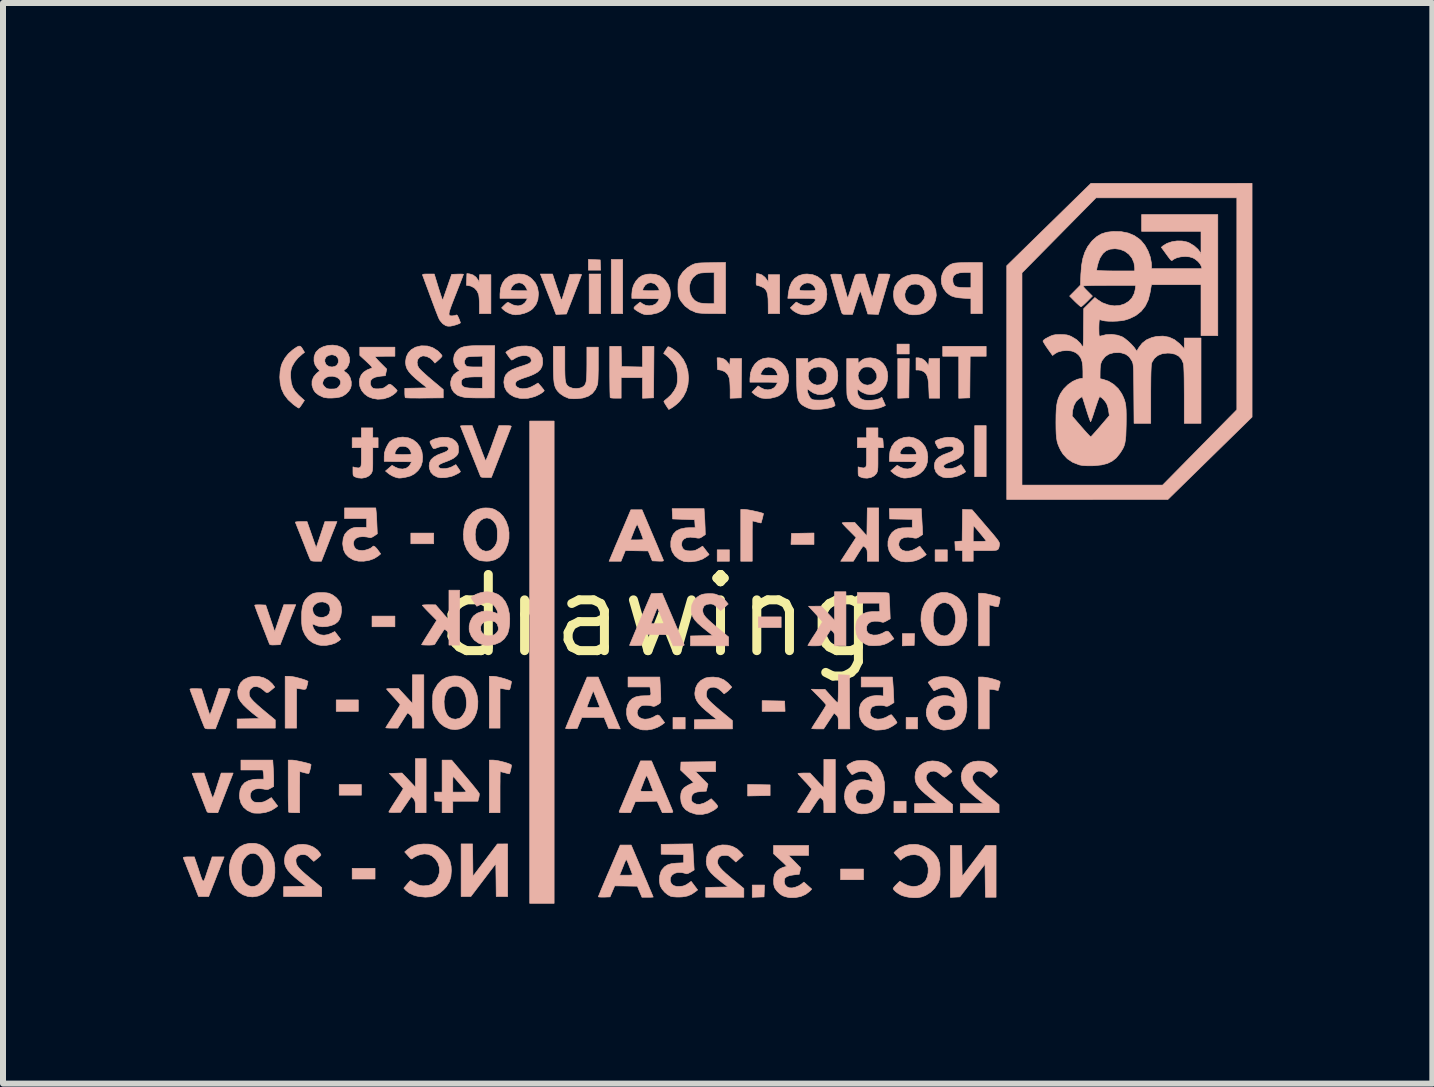
<source format=kicad_pcb>
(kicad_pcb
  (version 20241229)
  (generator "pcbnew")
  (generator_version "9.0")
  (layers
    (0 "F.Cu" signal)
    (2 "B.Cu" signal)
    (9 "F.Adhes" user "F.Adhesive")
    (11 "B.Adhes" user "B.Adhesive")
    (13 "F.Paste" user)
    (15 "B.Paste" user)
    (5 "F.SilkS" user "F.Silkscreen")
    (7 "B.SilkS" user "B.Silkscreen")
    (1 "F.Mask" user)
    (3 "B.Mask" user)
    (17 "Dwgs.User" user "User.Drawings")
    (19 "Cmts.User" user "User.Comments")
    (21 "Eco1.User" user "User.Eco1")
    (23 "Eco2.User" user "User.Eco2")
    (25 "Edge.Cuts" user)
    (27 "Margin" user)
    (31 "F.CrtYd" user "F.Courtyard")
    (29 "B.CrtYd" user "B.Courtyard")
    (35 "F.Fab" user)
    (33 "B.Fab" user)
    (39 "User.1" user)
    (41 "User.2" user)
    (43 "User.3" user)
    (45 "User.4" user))
  (footprint "drawing"
    (layer "F.Cu")
    (at 7.901 7.215)
    (property "Reference" "drawing" (at 0 0 0) (layer "F.SilkS") (effects (font (size 1.27 1.27) (thickness 0.15))))
    (attr through_hole)
    (fp_poly (pts (xy -4.979 1.592) (xy -5.347 1.592) (xy -5.347 1.401) (xy -4.979 1.401) (xy -4.979 1.592)) (stroke (width 0.01) (type solid)) (fill yes) (layer "B.SilkS"))
    (fp_poly (pts (xy -4.928 2.989) (xy -5.297 2.989) (xy -5.297 2.811) (xy -4.928 2.811) (xy -4.928 2.989)) (stroke (width 0.01) (type solid)) (fill yes) (layer "B.SilkS"))
    (fp_poly (pts (xy -4.7 4.386) (xy -5.081 4.386) (xy -5.081 4.208) (xy -4.7 4.208) (xy -4.7 4.386)) (stroke (width 0.01) (type solid)) (fill yes) (layer "B.SilkS"))
    (fp_poly (pts (xy -4.369 0.182) (xy -4.75 0.182) (xy -4.75 0.004) (xy -4.369 0.004) (xy -4.369 0.182)) (stroke (width 0.01) (type solid)) (fill yes) (layer "B.SilkS"))
    (fp_poly (pts (xy -3.722 -1.202) (xy -4.103 -1.202) (xy -4.103 -1.38) (xy -3.722 -1.38) (xy -3.722 -1.202)) (stroke (width 0.01) (type solid)) (fill yes) (layer "B.SilkS"))
    (fp_poly (pts (xy -1.715 4.792) (xy -2.122 4.792) (xy -2.122 -3.247) (xy -1.715 -3.247) (xy -1.715 4.792)) (stroke (width 0.01) (type solid)) (fill yes) (layer "B.SilkS"))
    (fp_poly (pts (xy -0.94 -5.038) (xy -1.131 -5.038) (xy -1.131 -5.698) (xy -0.94 -5.698) (xy -0.94 -5.038)) (stroke (width 0.01) (type solid)) (fill yes) (layer "B.SilkS"))
    (fp_poly (pts (xy -0.572 -5.038) (xy -0.763 -5.038) (xy -0.763 -5.94) (xy -0.572 -5.94) (xy -0.572 -5.038)) (stroke (width 0.01) (type solid)) (fill yes) (layer "B.SilkS"))
    (fp_poly (pts (xy 0.469 1.884) (xy 0.266 1.884) (xy 0.266 1.693) (xy 0.469 1.693) (xy 0.469 1.884)) (stroke (width 0.01) (type solid)) (fill yes) (layer "B.SilkS"))
    (fp_poly (pts (xy 1.206 -0.91) (xy 1.003 -0.91) (xy 1.003 -1.101) (xy 1.206 -1.101) (xy 1.206 -0.91)) (stroke (width 0.01) (type solid)) (fill yes) (layer "B.SilkS"))
    (fp_poly (pts (xy 1.784 4.684) (xy 1.587 4.691) (xy 1.587 4.487) (xy 1.791 4.487) (xy 1.784 4.684)) (stroke (width 0.01) (type solid)) (fill yes) (layer "B.SilkS"))
    (fp_poly (pts (xy 2.069 0.195) (xy 1.688 0.195) (xy 1.688 0.017) (xy 2.069 0.017) (xy 2.069 0.195)) (stroke (width 0.01) (type solid)) (fill yes) (layer "B.SilkS"))
    (fp_poly (pts (xy 2.127 1.42) (xy 2.134 1.592) (xy 1.752 1.592) (xy 1.752 1.413) (xy 2.127 1.42)) (stroke (width 0.01) (type solid)) (fill yes) (layer "B.SilkS"))
    (fp_poly (pts (xy 3.441 4.398) (xy 3.06 4.398) (xy 3.06 4.22) (xy 3.441 4.22) (xy 3.441 4.398)) (stroke (width 0.01) (type solid)) (fill yes) (layer "B.SilkS"))
    (fp_poly (pts (xy 4.152 3.281) (xy 3.949 3.281) (xy 3.949 3.09) (xy 4.152 3.09) (xy 4.152 3.281)) (stroke (width 0.01) (type solid)) (fill yes) (layer "B.SilkS"))
    (fp_poly (pts (xy 4.197 -3.634) (xy 4.013 -3.627) (xy 4.013 -4.289) (xy 4.204 -4.289) (xy 4.197 -3.634)) (stroke (width 0.01) (type solid)) (fill yes) (layer "B.SilkS"))
    (fp_poly (pts (xy 4.203 -4.365) (xy 4 -4.365) (xy 4 -4.53) (xy 4.203 -4.53) (xy 4.203 -4.365)) (stroke (width 0.01) (type solid)) (fill yes) (layer "B.SilkS"))
    (fp_poly (pts (xy 4.286 0.493) (xy 4.089 0.5) (xy 4.089 0.296) (xy 4.293 0.296) (xy 4.286 0.493)) (stroke (width 0.01) (type solid)) (fill yes) (layer "B.SilkS"))
    (fp_poly (pts (xy 4.343 1.884) (xy 4.152 1.884) (xy 4.152 1.693) (xy 4.343 1.693) (xy 4.343 1.884)) (stroke (width 0.01) (type solid)) (fill yes) (layer "B.SilkS"))
    (fp_poly (pts (xy 4.838 -0.91) (xy 4.635 -0.91) (xy 4.635 -1.101) (xy 4.838 -1.101) (xy 4.838 -0.91)) (stroke (width 0.01) (type solid)) (fill yes) (layer "B.SilkS"))
    (fp_poly (pts (xy 5.486 -2.32) (xy 5.295 -2.32) (xy 5.295 -3.171) (xy 5.486 -3.171) (xy 5.486 -2.32)) (stroke (width 0.01) (type solid)) (fill yes) (layer "B.SilkS"))
    (fp_poly (pts (xy -1.045 -5.937) (xy -0.947 -5.933) (xy -0.939 -5.762) (xy -1.144 -5.762) (xy -1.144 -5.941) (xy -1.045 -5.937)) (stroke (width 0.01) (type solid)) (fill yes) (layer "B.SilkS"))
    (fp_poly (pts (xy 1.885 2.817) (xy 1.885 2.995) (xy 1.698 2.998) (xy 1.511 3.002) (xy 1.511 2.81) (xy 1.885 2.817)) (stroke (width 0.01) (type solid)) (fill yes) (layer "B.SilkS"))
    (fp_poly (pts (xy 2.616 -1.19) (xy 2.233 -1.19) (xy 2.237 -1.282) (xy 2.241 -1.374) (xy 2.616 -1.381) (xy 2.616 -1.19)) (stroke (width 0.01) (type solid)) (fill yes) (layer "B.SilkS"))
    (fp_poly (pts (xy 5.486 -4.327) (xy 5.219 -4.327) (xy 5.213 -3.634) (xy 5.029 -3.627) (xy 5.029 -4.327) (xy 4.762 -4.327) (xy 4.762 -4.492) (xy 5.486 -4.492) (xy 5.486 -4.327)) (stroke (width 0.01) (type solid)) (fill yes) (layer "B.SilkS"))
    (fp_poly (pts (xy -3.071 4.07) (xy -3.068 4.34) (xy -2.864 4.071) (xy -2.661 3.802) (xy -2.49 3.801) (xy -2.49 4.678) (xy -2.68 4.678) (xy -2.683 4.404) (xy -2.687 4.13) (xy -3.103 4.678) (xy -3.265 4.678) (xy -3.265 3.801) (xy -3.075 3.801) (xy -3.071 4.07)) (stroke (width 0.01) (type solid)) (fill yes) (layer "B.SilkS"))
    (fp_poly (pts (xy 5.082 4.085) (xy 5.086 4.343) (xy 5.281 4.085) (xy 5.477 3.827) (xy 5.651 3.827) (xy 5.651 4.69) (xy 5.474 4.69) (xy 5.47 4.414) (xy 5.467 4.138) (xy 5.257 4.411) (xy 5.047 4.684) (xy 4.968 4.688) (xy 4.889 4.692) (xy 4.889 3.827) (xy 5.079 3.827) (xy 5.082 4.085)) (stroke (width 0.01) (type solid)) (fill yes) (layer "B.SilkS"))
    (fp_poly (pts (xy 9.918 -3.314) (xy 8.515 -1.94) (xy 5.829 -1.939) (xy 5.829 -2.18) (xy 6.083 -2.18) (xy 8.427 -2.18) (xy 9.664 -3.436) (xy 9.664 -6.968) (xy 7.317 -6.968) (xy 6.083 -5.717) (xy 6.083 -2.18) (xy 5.829 -2.18) (xy 5.829 -5.836) (xy 7.232 -7.209) (xy 8.575 -7.209) (xy 9.918 -7.21) (xy 9.918 -3.314)) (stroke (width 0.01) (type solid)) (fill yes) (layer "B.SilkS"))
    (fp_poly (pts (xy 5.471 1.024) (xy 5.523 1.033) (xy 5.58 1.046) (xy 5.635 1.062) (xy 5.682 1.077) (xy 5.712 1.091) (xy 5.717 1.095) (xy 5.719 1.111) (xy 5.714 1.143) (xy 5.707 1.174) (xy 5.686 1.245) (xy 5.64 1.235) (xy 5.601 1.227) (xy 5.567 1.224) (xy 5.565 1.224) (xy 5.537 1.223) (xy 5.537 1.884) (xy 5.359 1.884) (xy 5.359 1.02) (xy 5.432 1.02) (xy 5.471 1.024)) (stroke (width 0.01) (type solid)) (fill yes) (layer "B.SilkS"))
    (fp_poly (pts (xy -3.125 -5.7) (xy -3.066 -5.682) (xy -3.016 -5.644) (xy -2.988 -5.605) (xy -2.966 -5.565) (xy -2.962 -5.625) (xy -2.958 -5.686) (xy -2.769 -5.686) (xy -2.769 -5.038) (xy -2.96 -5.038) (xy -2.96 -5.174) (xy -2.961 -5.237) (xy -2.965 -5.295) (xy -2.97 -5.341) (xy -2.974 -5.361) (xy -3.002 -5.42) (xy -3.046 -5.467) (xy -3.102 -5.496) (xy -3.122 -5.501) (xy -3.177 -5.51) (xy -3.169 -5.705) (xy -3.125 -5.7)) (stroke (width 0.01) (type solid)) (fill yes) (layer "B.SilkS"))
    (fp_poly (pts (xy 5.453 -0.374) (xy 5.501 -0.365) (xy 5.556 -0.353) (xy 5.612 -0.339) (xy 5.662 -0.325) (xy 5.699 -0.312) (xy 5.717 -0.303) (xy 5.718 -0.287) (xy 5.714 -0.257) (xy 5.707 -0.219) (xy 5.697 -0.183) (xy 5.688 -0.158) (xy 5.685 -0.153) (xy 5.67 -0.152) (xy 5.639 -0.158) (xy 5.608 -0.165) (xy 5.537 -0.184) (xy 5.537 0.499) (xy 5.359 0.499) (xy 5.359 -0.377) (xy 5.42 -0.377) (xy 5.453 -0.374)) (stroke (width 0.01) (type solid)) (fill yes) (layer "B.SilkS"))
    (fp_poly (pts (xy -6.089 1.011) (xy -6.042 1.019) (xy -5.988 1.032) (xy -5.933 1.047) (xy -5.884 1.062) (xy -5.844 1.077) (xy -5.821 1.089) (xy -5.817 1.094) (xy -5.821 1.11) (xy -5.828 1.143) (xy -5.834 1.166) (xy -5.843 1.198) (xy -5.853 1.217) (xy -5.869 1.225) (xy -5.898 1.224) (xy -5.945 1.217) (xy -5.954 1.216) (xy -6.008 1.208) (xy -6.008 1.871) (xy -6.198 1.871) (xy -6.198 1.007) (xy -6.125 1.007) (xy -6.089 1.011)) (stroke (width 0.01) (type solid)) (fill yes) (layer "B.SilkS"))
    (fp_poly (pts (xy 4.413 -4.289) (xy 4.465 -4.253) (xy 4.496 -4.215) (xy 4.527 -4.169) (xy 4.531 -4.229) (xy 4.535 -4.289) (xy 4.711 -4.289) (xy 4.711 -3.628) (xy 4.537 -3.628) (xy 4.53 -3.791) (xy 4.525 -3.881) (xy 4.516 -3.949) (xy 4.502 -3.999) (xy 4.482 -4.037) (xy 4.454 -4.064) (xy 4.439 -4.074) (xy 4.4 -4.091) (xy 4.359 -4.098) (xy 4.359 -4.098) (xy 4.317 -4.098) (xy 4.317 -4.301) (xy 4.357 -4.301) (xy 4.413 -4.289)) (stroke (width 0.01) (type solid)) (fill yes) (layer "B.SilkS"))
    (fp_poly (pts (xy -2.692 1.011) (xy -2.645 1.02) (xy -2.592 1.033) (xy -2.538 1.048) (xy -2.489 1.065) (xy -2.451 1.08) (xy -2.429 1.092) (xy -2.426 1.097) (xy -2.429 1.115) (xy -2.435 1.148) (xy -2.44 1.173) (xy -2.45 1.211) (xy -2.459 1.229) (xy -2.473 1.233) (xy -2.482 1.231) (xy -2.512 1.225) (xy -2.552 1.218) (xy -2.563 1.216) (xy -2.617 1.207) (xy -2.617 1.871) (xy -2.795 1.871) (xy -2.795 1.007) (xy -2.728 1.007) (xy -2.692 1.011)) (stroke (width 0.01) (type solid)) (fill yes) (layer "B.SilkS"))
    (fp_poly (pts (xy 1.043 -4.301) (xy 1.098 -4.29) (xy 1.149 -4.258) (xy 1.187 -4.213) (xy 1.189 -4.21) (xy 1.212 -4.168) (xy 1.216 -4.228) (xy 1.22 -4.289) (xy 1.41 -4.289) (xy 1.403 -3.634) (xy 1.219 -3.627) (xy 1.219 -3.77) (xy 1.217 -3.834) (xy 1.214 -3.893) (xy 1.209 -3.939) (xy 1.205 -3.962) (xy 1.177 -4.025) (xy 1.132 -4.069) (xy 1.074 -4.094) (xy 1.066 -4.095) (xy 1.009 -4.105) (xy 1.005 -4.203) (xy 1.002 -4.301) (xy 1.043 -4.301)) (stroke (width 0.01) (type solid)) (fill yes) (layer "B.SilkS"))
    (fp_poly (pts (xy -0.591 -4.155) (xy -0.242 -4.148) (xy -0.242 -4.492) (xy -0.051 -4.492) (xy -0.054 -4.063) (xy -0.058 -3.634) (xy -0.242 -3.627) (xy -0.242 -3.971) (xy -0.598 -3.971) (xy -0.598 -3.628) (xy -0.684 -3.628) (xy -0.729 -3.629) (xy -0.763 -3.632) (xy -0.78 -3.637) (xy -0.78 -3.637) (xy -0.782 -3.651) (xy -0.783 -3.688) (xy -0.785 -3.744) (xy -0.786 -3.816) (xy -0.787 -3.902) (xy -0.788 -3.997) (xy -0.788 -4.068) (xy -0.788 -4.492) (xy -0.598 -4.492) (xy -0.591 -4.155)) (stroke (width 0.01) (type solid)) (fill yes) (layer "B.SilkS"))
    (fp_poly (pts (xy 1.695 -5.701) (xy 1.749 -5.683) (xy 1.8 -5.642) (xy 1.825 -5.609) (xy 1.854 -5.567) (xy 1.854 -5.686) (xy 2.044 -5.686) (xy 2.044 -5.038) (xy 1.854 -5.038) (xy 1.853 -5.193) (xy 1.851 -5.283) (xy 1.844 -5.351) (xy 1.83 -5.402) (xy 1.809 -5.439) (xy 1.779 -5.466) (xy 1.749 -5.482) (xy 1.712 -5.497) (xy 1.68 -5.506) (xy 1.672 -5.507) (xy 1.661 -5.51) (xy 1.654 -5.522) (xy 1.652 -5.547) (xy 1.653 -5.591) (xy 1.653 -5.606) (xy 1.657 -5.705) (xy 1.695 -5.701)) (stroke (width 0.01) (type solid)) (fill yes) (layer "B.SilkS"))
    (fp_poly (pts (xy -2.691 2.408) (xy -2.641 2.416) (xy -2.586 2.429) (xy -2.531 2.443) (xy -2.483 2.459) (xy -2.447 2.473) (xy -2.428 2.485) (xy -2.426 2.489) (xy -2.429 2.515) (xy -2.436 2.551) (xy -2.445 2.588) (xy -2.454 2.618) (xy -2.461 2.632) (xy -2.462 2.633) (xy -2.478 2.63) (xy -2.511 2.622) (xy -2.541 2.614) (xy -2.579 2.604) (xy -2.606 2.597) (xy -2.614 2.595) (xy -2.614 2.607) (xy -2.615 2.641) (xy -2.616 2.694) (xy -2.616 2.763) (xy -2.617 2.844) (xy -2.617 2.934) (xy -2.617 3.281) (xy -2.795 3.281) (xy -2.795 2.404) (xy -2.731 2.404) (xy -2.691 2.408)) (stroke (width 0.01) (type solid)) (fill yes) (layer "B.SilkS"))
    (fp_poly (pts (xy 1.491 -1.771) (xy 1.536 -1.764) (xy 1.589 -1.754) (xy 1.646 -1.741) (xy 1.699 -1.729) (xy 1.742 -1.717) (xy 1.769 -1.708) (xy 1.774 -1.705) (xy 1.772 -1.693) (xy 1.766 -1.665) (xy 1.757 -1.628) (xy 1.747 -1.591) (xy 1.739 -1.562) (xy 1.734 -1.549) (xy 1.722 -1.55) (xy 1.692 -1.557) (xy 1.662 -1.565) (xy 1.624 -1.575) (xy 1.598 -1.581) (xy 1.59 -1.583) (xy 1.589 -1.571) (xy 1.588 -1.537) (xy 1.588 -1.484) (xy 1.587 -1.415) (xy 1.587 -1.335) (xy 1.587 -1.247) (xy 1.587 -0.91) (xy 1.396 -0.91) (xy 1.396 -1.774) (xy 1.461 -1.774) (xy 1.491 -1.771)) (stroke (width 0.01) (type solid)) (fill yes) (layer "B.SilkS"))
    (fp_poly (pts (xy -7.651 4.198) (xy -7.622 4.288) (xy -7.6 4.354) (xy -7.583 4.397) (xy -7.569 4.419) (xy -7.556 4.418) (xy -7.543 4.396) (xy -7.527 4.352) (xy -7.506 4.289) (xy -7.488 4.235) (xy -7.415 4.017) (xy -7.215 4.017) (xy -7.238 4.078) (xy -7.25 4.107) (xy -7.269 4.156) (xy -7.293 4.22) (xy -7.323 4.294) (xy -7.354 4.374) (xy -7.367 4.408) (xy -7.473 4.678) (xy -7.642 4.678) (xy -7.766 4.363) (xy -7.799 4.279) (xy -7.83 4.202) (xy -7.856 4.135) (xy -7.877 4.083) (xy -7.891 4.048) (xy -7.896 4.033) (xy -7.893 4.025) (xy -7.872 4.02) (xy -7.83 4.017) (xy -7.807 4.017) (xy -7.712 4.017) (xy -7.651 4.198)) (stroke (width 0.01) (type solid)) (fill yes) (layer "B.SilkS"))
    (fp_poly (pts (xy 3.695 -0.91) (xy 3.505 -0.91) (xy 3.505 -1.01) (xy 3.504 -1.062) (xy 3.5 -1.095) (xy 3.492 -1.117) (xy 3.478 -1.134) (xy 3.475 -1.137) (xy 3.452 -1.156) (xy 3.438 -1.164) (xy 3.438 -1.164) (xy 3.428 -1.154) (xy 3.409 -1.127) (xy 3.382 -1.086) (xy 3.351 -1.037) (xy 3.272 -0.91) (xy 3.061 -0.91) (xy 3.189 -1.108) (xy 3.318 -1.306) (xy 3.202 -1.423) (xy 3.158 -1.467) (xy 3.122 -1.505) (xy 3.097 -1.533) (xy 3.086 -1.548) (xy 3.085 -1.549) (xy 3.097 -1.553) (xy 3.128 -1.556) (xy 3.173 -1.558) (xy 3.19 -1.558) (xy 3.295 -1.558) (xy 3.397 -1.445) (xy 3.498 -1.333) (xy 3.505 -1.799) (xy 3.695 -1.799) (xy 3.695 -0.91)) (stroke (width 0.01) (type solid)) (fill yes) (layer "B.SilkS"))
    (fp_poly (pts (xy -6.04 -0.139) (xy -6.05 -0.114) (xy -6.067 -0.069) (xy -6.091 -0.008) (xy -6.119 0.064) (xy -6.15 0.144) (xy -6.17 0.195) (xy -6.281 0.48) (xy -6.367 0.484) (xy -6.414 0.485) (xy -6.441 0.482) (xy -6.456 0.475) (xy -6.461 0.465) (xy -6.468 0.447) (xy -6.483 0.409) (xy -6.504 0.355) (xy -6.53 0.287) (xy -6.561 0.209) (xy -6.588 0.138) (xy -6.62 0.055) (xy -6.649 -0.02) (xy -6.673 -0.084) (xy -6.691 -0.133) (xy -6.703 -0.166) (xy -6.706 -0.177) (xy -6.695 -0.182) (xy -6.664 -0.184) (xy -6.62 -0.184) (xy -6.614 -0.184) (xy -6.522 -0.18) (xy -6.447 0.042) (xy -6.372 0.264) (xy -6.297 0.039) (xy -6.221 -0.186) (xy -6.021 -0.186) (xy -6.04 -0.139)) (stroke (width 0.01) (type solid)) (fill yes) (layer "B.SilkS"))
    (fp_poly (pts (xy -5.757 -1.352) (xy -5.681 -1.134) (xy -5.608 -1.352) (xy -5.536 -1.571) (xy -5.334 -1.571) (xy -5.351 -1.529) (xy -5.36 -1.506) (xy -5.377 -1.463) (xy -5.401 -1.404) (xy -5.429 -1.333) (xy -5.46 -1.254) (xy -5.481 -1.199) (xy -5.594 -0.91) (xy -5.68 -0.91) (xy -5.728 -0.912) (xy -5.758 -0.917) (xy -5.773 -0.927) (xy -5.777 -0.933) (xy -5.785 -0.95) (xy -5.801 -0.988) (xy -5.823 -1.042) (xy -5.85 -1.11) (xy -5.88 -1.188) (xy -5.906 -1.253) (xy -5.938 -1.335) (xy -5.968 -1.409) (xy -5.993 -1.472) (xy -6.012 -1.521) (xy -6.025 -1.551) (xy -6.029 -1.561) (xy -6.02 -1.566) (xy -5.991 -1.569) (xy -5.948 -1.571) (xy -5.934 -1.571) (xy -5.833 -1.571) (xy -5.757 -1.352)) (stroke (width 0.01) (type solid)) (fill yes) (layer "B.SilkS"))
    (fp_poly (pts (xy -1.669 -5.477) (xy -1.645 -5.407) (xy -1.625 -5.346) (xy -1.608 -5.299) (xy -1.596 -5.269) (xy -1.591 -5.259) (xy -1.587 -5.272) (xy -1.575 -5.305) (xy -1.559 -5.354) (xy -1.54 -5.416) (xy -1.521 -5.477) (xy -1.454 -5.692) (xy -1.356 -5.696) (xy -1.31 -5.696) (xy -1.275 -5.694) (xy -1.259 -5.69) (xy -1.258 -5.689) (xy -1.262 -5.675) (xy -1.275 -5.641) (xy -1.294 -5.589) (xy -1.319 -5.523) (xy -1.349 -5.446) (xy -1.382 -5.361) (xy -1.384 -5.355) (xy -1.51 -5.031) (xy -1.597 -5.028) (xy -1.683 -5.024) (xy -1.79 -5.301) (xy -1.822 -5.383) (xy -1.853 -5.462) (xy -1.879 -5.531) (xy -1.901 -5.587) (xy -1.916 -5.627) (xy -1.921 -5.638) (xy -1.944 -5.698) (xy -1.742 -5.698) (xy -1.669 -5.477)) (stroke (width 0.01) (type solid)) (fill yes) (layer "B.SilkS"))
    (fp_poly (pts (xy -7.482 2.824) (xy -7.459 2.891) (xy -7.439 2.95) (xy -7.422 2.996) (xy -7.41 3.025) (xy -7.405 3.033) (xy -7.399 3.023) (xy -7.386 2.993) (xy -7.369 2.946) (xy -7.349 2.886) (xy -7.331 2.829) (xy -7.264 2.62) (xy -7.065 2.62) (xy -7.32 3.281) (xy -7.407 3.281) (xy -7.454 3.28) (xy -7.482 3.276) (xy -7.497 3.268) (xy -7.505 3.253) (xy -7.505 3.252) (xy -7.513 3.233) (xy -7.528 3.193) (xy -7.55 3.137) (xy -7.577 3.068) (xy -7.607 2.99) (xy -7.632 2.927) (xy -7.664 2.845) (xy -7.692 2.772) (xy -7.716 2.71) (xy -7.734 2.663) (xy -7.745 2.634) (xy -7.748 2.625) (xy -7.736 2.623) (xy -7.705 2.621) (xy -7.661 2.62) (xy -7.649 2.62) (xy -7.551 2.62) (xy -7.482 2.824)) (stroke (width 0.01) (type solid)) (fill yes) (layer "B.SilkS"))
    (fp_poly (pts (xy -4.738 -2.968) (xy -4.649 -2.968) (xy -4.649 -2.803) (xy -4.738 -2.803) (xy -4.738 -2.609) (xy -4.738 -2.533) (xy -4.739 -2.478) (xy -4.742 -2.438) (xy -4.747 -2.41) (xy -4.755 -2.389) (xy -4.763 -2.373) (xy -4.802 -2.333) (xy -4.856 -2.306) (xy -4.92 -2.295) (xy -4.985 -2.3) (xy -5.027 -2.314) (xy -5.05 -2.325) (xy -5.062 -2.339) (xy -5.067 -2.362) (xy -5.068 -2.403) (xy -5.068 -2.407) (xy -5.068 -2.483) (xy -5.024 -2.471) (xy -4.977 -2.465) (xy -4.954 -2.472) (xy -4.943 -2.48) (xy -4.936 -2.492) (xy -4.931 -2.514) (xy -4.929 -2.549) (xy -4.928 -2.603) (xy -4.928 -2.644) (xy -4.928 -2.803) (xy -5.081 -2.803) (xy -5.081 -2.968) (xy -4.928 -2.968) (xy -4.928 -3.133) (xy -4.738 -3.133) (xy -4.738 -2.968)) (stroke (width 0.01) (type solid)) (fill yes) (layer "B.SilkS"))
    (fp_poly (pts (xy -6.05 2.407) (xy -6.004 2.415) (xy -5.949 2.426) (xy -5.892 2.439) (xy -5.839 2.452) (xy -5.796 2.464) (xy -5.771 2.474) (xy -5.768 2.475) (xy -5.768 2.489) (xy -5.773 2.518) (xy -5.781 2.555) (xy -5.791 2.591) (xy -5.8 2.618) (xy -5.805 2.627) (xy -5.82 2.626) (xy -5.853 2.621) (xy -5.882 2.613) (xy -5.92 2.603) (xy -5.946 2.597) (xy -5.954 2.595) (xy -5.955 2.607) (xy -5.955 2.641) (xy -5.956 2.694) (xy -5.956 2.763) (xy -5.957 2.844) (xy -5.957 2.934) (xy -5.957 3.281) (xy -6.044 3.281) (xy -6.089 3.28) (xy -6.123 3.276) (xy -6.139 3.272) (xy -6.139 3.272) (xy -6.141 3.258) (xy -6.143 3.221) (xy -6.144 3.165) (xy -6.146 3.093) (xy -6.147 3.007) (xy -6.147 2.911) (xy -6.147 2.834) (xy -6.147 2.404) (xy -6.081 2.404) (xy -6.05 2.407)) (stroke (width 0.01) (type solid)) (fill yes) (layer "B.SilkS"))
    (fp_poly (pts (xy -5.946 -4.494) (xy -5.925 -4.475) (xy -5.902 -4.438) (xy -5.875 -4.392) (xy -5.913 -4.363) (xy -5.983 -4.301) (xy -6.04 -4.232) (xy -6.08 -4.162) (xy -6.085 -4.151) (xy -6.099 -4.106) (xy -6.106 -4.064) (xy -6.108 -4.012) (xy -6.106 -3.971) (xy -6.096 -3.883) (xy -6.073 -3.81) (xy -6.034 -3.744) (xy -5.974 -3.679) (xy -5.956 -3.662) (xy -5.877 -3.591) (xy -5.919 -3.527) (xy -5.942 -3.493) (xy -5.961 -3.47) (xy -5.97 -3.463) (xy -5.985 -3.47) (xy -6.014 -3.489) (xy -6.051 -3.516) (xy -6.061 -3.523) (xy -6.149 -3.603) (xy -6.215 -3.69) (xy -6.26 -3.787) (xy -6.262 -3.795) (xy -6.281 -3.882) (xy -6.288 -3.978) (xy -6.282 -4.074) (xy -6.265 -4.163) (xy -6.246 -4.217) (xy -6.2 -4.3) (xy -6.145 -4.369) (xy -6.074 -4.432) (xy -6.049 -4.45) (xy -6.003 -4.481) (xy -5.97 -4.496) (xy -5.946 -4.494)) (stroke (width 0.01) (type solid)) (fill yes) (layer "B.SilkS"))
    (fp_poly (pts (xy 3.682 -2.969) (xy 3.724 -2.965) (xy 3.746 -2.962) (xy 3.759 -2.954) (xy 3.765 -2.935) (xy 3.768 -2.899) (xy 3.769 -2.882) (xy 3.773 -2.803) (xy 3.682 -2.803) (xy 3.682 -2.609) (xy 3.682 -2.533) (xy 3.681 -2.478) (xy 3.678 -2.438) (xy 3.673 -2.41) (xy 3.665 -2.389) (xy 3.657 -2.373) (xy 3.618 -2.333) (xy 3.564 -2.306) (xy 3.501 -2.295) (xy 3.435 -2.3) (xy 3.393 -2.314) (xy 3.37 -2.325) (xy 3.358 -2.339) (xy 3.353 -2.362) (xy 3.352 -2.403) (xy 3.352 -2.407) (xy 3.352 -2.483) (xy 3.396 -2.471) (xy 3.443 -2.465) (xy 3.466 -2.472) (xy 3.477 -2.48) (xy 3.484 -2.492) (xy 3.489 -2.514) (xy 3.491 -2.549) (xy 3.492 -2.603) (xy 3.492 -2.644) (xy 3.492 -2.803) (xy 3.339 -2.803) (xy 3.339 -2.968) (xy 3.492 -2.968) (xy 3.492 -3.133) (xy 3.682 -3.133) (xy 3.682 -2.969)) (stroke (width 0.01) (type solid)) (fill yes) (layer "B.SilkS"))
    (fp_poly (pts (xy 5.422 -5.038) (xy 5.232 -5.038) (xy 5.232 -5.288) (xy 5.108 -5.295) (xy 5.024 -5.302) (xy 4.96 -5.314) (xy 4.909 -5.331) (xy 4.866 -5.357) (xy 4.823 -5.393) (xy 4.823 -5.393) (xy 4.774 -5.457) (xy 4.745 -5.529) (xy 4.737 -5.604) (xy 4.74 -5.625) (xy 4.929 -5.625) (xy 4.932 -5.567) (xy 4.933 -5.56) (xy 4.945 -5.524) (xy 4.967 -5.498) (xy 5.001 -5.482) (xy 5.052 -5.474) (xy 5.124 -5.471) (xy 5.127 -5.471) (xy 5.232 -5.47) (xy 5.232 -5.724) (xy 5.127 -5.724) (xy 5.045 -5.718) (xy 4.985 -5.699) (xy 4.947 -5.669) (xy 4.929 -5.625) (xy 4.74 -5.625) (xy 4.748 -5.678) (xy 4.776 -5.747) (xy 4.822 -5.807) (xy 4.883 -5.853) (xy 4.941 -5.876) (xy 4.968 -5.88) (xy 5.015 -5.884) (xy 5.077 -5.887) (xy 5.148 -5.888) (xy 5.203 -5.889) (xy 5.422 -5.889) (xy 5.422 -5.038)) (stroke (width 0.01) (type solid)) (fill yes) (layer "B.SilkS"))
    (fp_poly (pts (xy 0.224 -4.473) (xy 0.263 -4.449) (xy 0.307 -4.417) (xy 0.352 -4.379) (xy 0.369 -4.362) (xy 0.437 -4.277) (xy 0.486 -4.179) (xy 0.515 -4.074) (xy 0.525 -3.965) (xy 0.516 -3.856) (xy 0.487 -3.75) (xy 0.438 -3.653) (xy 0.371 -3.568) (xy 0.363 -3.561) (xy 0.321 -3.523) (xy 0.279 -3.49) (xy 0.245 -3.467) (xy 0.196 -3.44) (xy 0.155 -3.502) (xy 0.133 -3.537) (xy 0.118 -3.564) (xy 0.114 -3.574) (xy 0.124 -3.586) (xy 0.149 -3.608) (xy 0.176 -3.63) (xy 0.235 -3.685) (xy 0.285 -3.752) (xy 0.322 -3.821) (xy 0.331 -3.849) (xy 0.34 -3.909) (xy 0.342 -3.98) (xy 0.335 -4.053) (xy 0.323 -4.12) (xy 0.307 -4.162) (xy 0.258 -4.239) (xy 0.188 -4.313) (xy 0.153 -4.342) (xy 0.11 -4.375) (xy 0.14 -4.423) (xy 0.161 -4.455) (xy 0.176 -4.478) (xy 0.179 -4.483) (xy 0.195 -4.485) (xy 0.224 -4.473)) (stroke (width 0.01) (type solid)) (fill yes) (layer "B.SilkS"))
    (fp_poly (pts (xy -3.849 3.281) (xy -4.027 3.281) (xy -4.027 3.182) (xy -4.028 3.13) (xy -4.033 3.095) (xy -4.042 3.07) (xy -4.058 3.047) (xy -4.06 3.046) (xy -4.081 3.022) (xy -4.093 3.016) (xy -4.104 3.026) (xy -4.109 3.033) (xy -4.124 3.054) (xy -4.149 3.09) (xy -4.18 3.136) (xy -4.201 3.166) (xy -4.274 3.274) (xy -4.373 3.278) (xy -4.424 3.278) (xy -4.458 3.275) (xy -4.471 3.269) (xy -4.471 3.269) (xy -4.464 3.255) (xy -4.446 3.223) (xy -4.418 3.177) (xy -4.383 3.122) (xy -4.35 3.071) (xy -4.311 3.011) (xy -4.277 2.958) (xy -4.251 2.916) (xy -4.234 2.888) (xy -4.23 2.879) (xy -4.238 2.868) (xy -4.261 2.841) (xy -4.294 2.804) (xy -4.336 2.76) (xy -4.346 2.749) (xy -4.462 2.627) (xy -4.356 2.623) (xy -4.251 2.619) (xy -4.139 2.737) (xy -4.028 2.855) (xy -4.027 2.379) (xy -3.849 2.379) (xy -3.849 3.281)) (stroke (width 0.01) (type solid)) (fill yes) (layer "B.SilkS"))
    (fp_poly (pts (xy -3.195 2.672) (xy -3.135 2.743) (xy -3.08 2.809) (xy -3.034 2.866) (xy -2.997 2.913) (xy -2.973 2.946) (xy -2.962 2.963) (xy -2.962 2.963) (xy -2.963 2.99) (xy -2.969 3.028) (xy -2.972 3.038) (xy -2.986 3.09) (xy -3.404 3.09) (xy -3.404 3.281) (xy -3.582 3.281) (xy -3.582 3.092) (xy -3.642 3.088) (xy -3.703 3.084) (xy -3.71 2.938) (xy -3.582 2.938) (xy -3.582 2.802) (xy -3.404 2.802) (xy -3.404 2.938) (xy -3.288 2.938) (xy -3.234 2.937) (xy -3.201 2.936) (xy -3.185 2.932) (xy -3.183 2.926) (xy -3.19 2.916) (xy -3.211 2.891) (xy -3.241 2.855) (xy -3.277 2.813) (xy -3.315 2.769) (xy -3.349 2.729) (xy -3.375 2.699) (xy -3.388 2.684) (xy -3.395 2.68) (xy -3.4 2.688) (xy -3.403 2.713) (xy -3.404 2.757) (xy -3.404 2.802) (xy -3.582 2.802) (xy -3.582 2.404) (xy -3.423 2.404) (xy -3.195 2.672)) (stroke (width 0.01) (type solid)) (fill yes) (layer "B.SilkS"))
    (fp_poly (pts (xy 1.173 3.821) (xy 1.258 3.843) (xy 1.334 3.884) (xy 1.396 3.941) (xy 1.399 3.945) (xy 1.438 3.994) (xy 1.314 4.103) (xy 1.254 4.048) (xy 1.218 4.016) (xy 1.19 3.999) (xy 1.161 3.993) (xy 1.136 3.992) (xy 1.082 3.996) (xy 1.046 4.011) (xy 1.024 4.04) (xy 1.015 4.062) (xy 1.008 4.094) (xy 1.011 4.126) (xy 1.024 4.159) (xy 1.05 4.196) (xy 1.091 4.241) (xy 1.148 4.294) (xy 1.223 4.359) (xy 1.251 4.382) (xy 1.447 4.544) (xy 1.447 4.69) (xy 0.812 4.69) (xy 0.812 4.526) (xy 0.997 4.522) (xy 1.182 4.519) (xy 1.115 4.468) (xy 1.024 4.397) (xy 0.954 4.337) (xy 0.9 4.284) (xy 0.862 4.236) (xy 0.838 4.19) (xy 0.825 4.143) (xy 0.82 4.092) (xy 0.82 4.088) (xy 0.831 4.005) (xy 0.863 3.935) (xy 0.915 3.88) (xy 0.926 3.872) (xy 1.002 3.835) (xy 1.086 3.818) (xy 1.173 3.821)) (stroke (width 0.01) (type solid)) (fill yes) (layer "B.SilkS"))
    (fp_poly (pts (xy -7.152 1.212) (xy -7.121 1.218) (xy -7.113 1.226) (xy -7.117 1.241) (xy -7.129 1.277) (xy -7.149 1.33) (xy -7.174 1.397) (xy -7.203 1.475) (xy -7.236 1.56) (xy -7.236 1.562) (xy -7.36 1.883) (xy -7.446 1.883) (xy -7.493 1.883) (xy -7.52 1.879) (xy -7.536 1.87) (xy -7.545 1.855) (xy -7.557 1.824) (xy -7.576 1.777) (xy -7.6 1.717) (xy -7.626 1.647) (xy -7.655 1.573) (xy -7.684 1.496) (xy -7.712 1.423) (xy -7.737 1.355) (xy -7.759 1.297) (xy -7.775 1.254) (xy -7.784 1.227) (xy -7.786 1.222) (xy -7.774 1.216) (xy -7.742 1.213) (xy -7.694 1.213) (xy -7.689 1.213) (xy -7.592 1.217) (xy -7.526 1.429) (xy -7.504 1.499) (xy -7.485 1.559) (xy -7.469 1.607) (xy -7.459 1.638) (xy -7.454 1.648) (xy -7.449 1.638) (xy -7.436 1.608) (xy -7.419 1.561) (xy -7.398 1.501) (xy -7.375 1.432) (xy -7.301 1.211) (xy -7.207 1.211) (xy -7.152 1.212)) (stroke (width 0.01) (type solid)) (fill yes) (layer "B.SilkS"))
    (fp_poly (pts (xy 1.032 1.032) (xy 1.115 1.066) (xy 1.187 1.123) (xy 1.197 1.134) (xy 1.246 1.188) (xy 1.216 1.219) (xy 1.184 1.251) (xy 1.152 1.276) (xy 1.118 1.3) (xy 1.068 1.25) (xy 1.012 1.207) (xy 0.954 1.188) (xy 0.902 1.191) (xy 0.859 1.21) (xy 0.833 1.244) (xy 0.822 1.295) (xy 0.823 1.334) (xy 0.829 1.355) (xy 0.844 1.381) (xy 0.872 1.414) (xy 0.914 1.455) (xy 0.971 1.506) (xy 1.046 1.571) (xy 1.08 1.599) (xy 1.257 1.746) (xy 1.257 1.884) (xy 0.622 1.884) (xy 0.622 1.732) (xy 0.808 1.728) (xy 0.994 1.725) (xy 0.9 1.65) (xy 0.814 1.579) (xy 0.747 1.519) (xy 0.698 1.466) (xy 0.664 1.418) (xy 0.643 1.371) (xy 0.632 1.324) (xy 0.63 1.287) (xy 0.642 1.205) (xy 0.675 1.135) (xy 0.729 1.078) (xy 0.799 1.039) (xy 0.811 1.035) (xy 0.847 1.027) (xy 0.896 1.022) (xy 0.938 1.02) (xy 1.032 1.032)) (stroke (width 0.01) (type solid)) (fill yes) (layer "B.SilkS"))
    (fp_poly (pts (xy 3.149 0.499) (xy 2.958 0.499) (xy 2.958 0.394) (xy 2.958 0.34) (xy 2.955 0.306) (xy 2.948 0.283) (xy 2.935 0.266) (xy 2.927 0.259) (xy 2.896 0.23) (xy 2.828 0.336) (xy 2.797 0.385) (xy 2.77 0.428) (xy 2.75 0.46) (xy 2.744 0.471) (xy 2.735 0.485) (xy 2.72 0.493) (xy 2.695 0.498) (xy 2.654 0.499) (xy 2.621 0.499) (xy 2.573 0.499) (xy 2.536 0.497) (xy 2.516 0.494) (xy 2.514 0.492) (xy 2.521 0.48) (xy 2.539 0.45) (xy 2.566 0.405) (xy 2.601 0.35) (xy 2.635 0.299) (xy 2.674 0.237) (xy 2.708 0.183) (xy 2.734 0.139) (xy 2.751 0.11) (xy 2.755 0.099) (xy 2.747 0.086) (xy 2.724 0.058) (xy 2.691 0.019) (xy 2.649 -0.027) (xy 2.64 -0.037) (xy 2.525 -0.161) (xy 2.631 -0.161) (xy 2.736 -0.162) (xy 2.847 -0.044) (xy 2.958 0.074) (xy 2.958 -0.164) (xy 2.958 -0.402) (xy 3.149 -0.402) (xy 3.149 0.499)) (stroke (width 0.01) (type solid)) (fill yes) (layer "B.SilkS"))
    (fp_poly (pts (xy -6.636 1.011) (xy -6.552 1.033) (xy -6.476 1.074) (xy -6.413 1.132) (xy -6.401 1.148) (xy -6.372 1.188) (xy -6.409 1.219) (xy -6.451 1.254) (xy -6.48 1.274) (xy -6.501 1.279) (xy -6.521 1.271) (xy -6.546 1.25) (xy -6.559 1.238) (xy -6.618 1.195) (xy -6.674 1.177) (xy -6.726 1.183) (xy -6.741 1.19) (xy -6.779 1.223) (xy -6.798 1.269) (xy -6.796 1.323) (xy -6.794 1.329) (xy -6.783 1.355) (xy -6.76 1.386) (xy -6.724 1.426) (xy -6.673 1.474) (xy -6.606 1.533) (xy -6.52 1.606) (xy -6.5 1.622) (xy -6.363 1.735) (xy -6.363 1.871) (xy -6.998 1.871) (xy -6.998 1.719) (xy -6.813 1.716) (xy -6.627 1.712) (xy -6.735 1.627) (xy -6.826 1.55) (xy -6.896 1.483) (xy -6.945 1.423) (xy -6.975 1.37) (xy -6.984 1.341) (xy -6.99 1.261) (xy -6.975 1.185) (xy -6.942 1.118) (xy -6.892 1.067) (xy -6.885 1.062) (xy -6.808 1.024) (xy -6.723 1.008) (xy -6.636 1.011)) (stroke (width 0.01) (type solid)) (fill yes) (layer "B.SilkS"))
    (fp_poly (pts (xy 0.977 2.595) (xy 0.641 2.595) (xy 0.745 2.7) (xy 0.849 2.804) (xy 0.835 2.863) (xy 0.821 2.922) (xy 0.735 2.927) (xy 0.665 2.936) (xy 0.617 2.955) (xy 0.587 2.985) (xy 0.574 3.028) (xy 0.573 3.036) (xy 0.574 3.073) (xy 0.586 3.098) (xy 0.604 3.114) (xy 0.655 3.139) (xy 0.715 3.141) (xy 0.784 3.121) (xy 0.858 3.08) (xy 0.869 3.072) (xy 0.903 3.048) (xy 0.961 3.106) (xy 0.993 3.142) (xy 1.01 3.17) (xy 1.012 3.182) (xy 0.998 3.199) (xy 0.97 3.223) (xy 0.944 3.241) (xy 0.853 3.287) (xy 0.758 3.309) (xy 0.66 3.307) (xy 0.634 3.302) (xy 0.545 3.272) (xy 0.476 3.23) (xy 0.429 3.174) (xy 0.401 3.104) (xy 0.393 3.023) (xy 0.399 2.956) (xy 0.418 2.904) (xy 0.454 2.862) (xy 0.512 2.825) (xy 0.53 2.816) (xy 0.61 2.777) (xy 0.392 2.57) (xy 0.396 2.503) (xy 0.399 2.436) (xy 0.688 2.433) (xy 0.977 2.429) (xy 0.977 2.595)) (stroke (width 0.01) (type solid)) (fill yes) (layer "B.SilkS"))
    (fp_poly (pts (xy -3.887 1.871) (xy -4.077 1.871) (xy -4.077 1.778) (xy -4.078 1.729) (xy -4.082 1.697) (xy -4.091 1.675) (xy -4.109 1.655) (xy -4.115 1.649) (xy -4.14 1.628) (xy -4.156 1.618) (xy -4.158 1.618) (xy -4.167 1.63) (xy -4.186 1.659) (xy -4.213 1.701) (xy -4.242 1.747) (xy -4.321 1.871) (xy -4.421 1.871) (xy -4.468 1.87) (xy -4.503 1.868) (xy -4.521 1.865) (xy -4.522 1.864) (xy -4.515 1.852) (xy -4.497 1.822) (xy -4.469 1.778) (xy -4.434 1.724) (xy -4.401 1.673) (xy -4.362 1.612) (xy -4.328 1.559) (xy -4.302 1.517) (xy -4.285 1.489) (xy -4.281 1.48) (xy -4.289 1.468) (xy -4.311 1.441) (xy -4.345 1.403) (xy -4.386 1.358) (xy -4.395 1.348) (xy -4.437 1.302) (xy -4.472 1.263) (xy -4.497 1.234) (xy -4.509 1.219) (xy -4.509 1.218) (xy -4.497 1.215) (xy -4.466 1.212) (xy -4.422 1.211) (xy -4.409 1.211) (xy -4.308 1.211) (xy -4.078 1.458) (xy -4.077 0.982) (xy -3.887 0.982) (xy -3.887 1.871)) (stroke (width 0.01) (type solid)) (fill yes) (layer "B.SilkS"))
    (fp_poly (pts (xy 3.114 0.985) (xy 3.206 0.988) (xy 3.213 1.884) (xy 3.022 1.884) (xy 3.022 1.784) (xy 3.021 1.733) (xy 3.018 1.7) (xy 3.01 1.678) (xy 2.995 1.66) (xy 2.987 1.652) (xy 2.952 1.619) (xy 2.865 1.751) (xy 2.777 1.884) (xy 2.677 1.884) (xy 2.631 1.883) (xy 2.596 1.881) (xy 2.578 1.878) (xy 2.577 1.877) (xy 2.584 1.865) (xy 2.602 1.835) (xy 2.63 1.79) (xy 2.665 1.736) (xy 2.698 1.685) (xy 2.737 1.623) (xy 2.771 1.569) (xy 2.798 1.525) (xy 2.814 1.496) (xy 2.819 1.485) (xy 2.81 1.472) (xy 2.787 1.444) (xy 2.752 1.406) (xy 2.709 1.361) (xy 2.695 1.347) (xy 2.572 1.223) (xy 2.686 1.224) (xy 2.8 1.225) (xy 2.901 1.339) (xy 2.941 1.383) (xy 2.976 1.419) (xy 3.001 1.443) (xy 3.012 1.452) (xy 3.012 1.452) (xy 3.015 1.44) (xy 3.018 1.406) (xy 3.02 1.355) (xy 3.021 1.291) (xy 3.022 1.217) (xy 3.022 1.216) (xy 3.022 0.981) (xy 3.114 0.985)) (stroke (width 0.01) (type solid)) (fill yes) (layer "B.SilkS"))
    (fp_poly (pts (xy 4.668 2.424) (xy 4.746 2.447) (xy 4.816 2.485) (xy 4.876 2.54) (xy 4.889 2.557) (xy 4.918 2.597) (xy 4.881 2.628) (xy 4.839 2.663) (xy 4.81 2.683) (xy 4.789 2.689) (xy 4.769 2.681) (xy 4.744 2.66) (xy 4.731 2.648) (xy 4.673 2.605) (xy 4.618 2.587) (xy 4.565 2.593) (xy 4.547 2.601) (xy 4.516 2.624) (xy 4.495 2.653) (xy 4.494 2.655) (xy 4.486 2.687) (xy 4.488 2.719) (xy 4.502 2.753) (xy 4.528 2.793) (xy 4.57 2.839) (xy 4.628 2.893) (xy 4.703 2.959) (xy 4.765 3.01) (xy 4.927 3.144) (xy 4.927 3.281) (xy 4.292 3.281) (xy 4.292 3.129) (xy 4.478 3.125) (xy 4.663 3.122) (xy 4.556 3.037) (xy 4.473 2.969) (xy 4.41 2.912) (xy 4.363 2.861) (xy 4.331 2.814) (xy 4.311 2.768) (xy 4.302 2.72) (xy 4.3 2.683) (xy 4.307 2.617) (xy 4.329 2.56) (xy 4.331 2.556) (xy 4.377 2.497) (xy 4.438 2.455) (xy 4.51 2.428) (xy 4.588 2.418) (xy 4.668 2.424)) (stroke (width 0.01) (type solid)) (fill yes) (layer "B.SilkS"))
    (fp_poly (pts (xy -0.845 1.341) (xy -0.806 1.432) (xy -0.767 1.522) (xy -0.732 1.606) (xy -0.7 1.68) (xy -0.675 1.739) (xy -0.66 1.773) (xy -0.612 1.885) (xy -0.709 1.881) (xy -0.807 1.877) (xy -0.844 1.785) (xy -0.882 1.693) (xy -1.253 1.693) (xy -1.329 1.877) (xy -1.427 1.881) (xy -1.473 1.882) (xy -1.508 1.88) (xy -1.524 1.876) (xy -1.525 1.875) (xy -1.52 1.862) (xy -1.506 1.828) (xy -1.485 1.776) (xy -1.457 1.708) (xy -1.423 1.628) (xy -1.385 1.538) (xy -1.376 1.517) (xy -1.165 1.517) (xy -1.157 1.523) (xy -1.136 1.527) (xy -1.096 1.528) (xy -1.062 1.528) (xy -1.013 1.528) (xy -0.976 1.527) (xy -0.955 1.525) (xy -0.953 1.524) (xy -0.958 1.512) (xy -0.97 1.481) (xy -0.988 1.435) (xy -1.008 1.384) (xy -1.063 1.248) (xy -1.109 1.366) (xy -1.13 1.418) (xy -1.147 1.464) (xy -1.16 1.496) (xy -1.164 1.506) (xy -1.165 1.517) (xy -1.376 1.517) (xy -1.345 1.443) (xy -1.165 1.02) (xy -0.981 1.02) (xy -0.845 1.341)) (stroke (width 0.01) (type solid)) (fill yes) (layer "B.SilkS"))
    (fp_poly (pts (xy -0.077 -1.361) (xy -0.036 -1.265) (xy 0.002 -1.176) (xy 0.035 -1.096) (xy 0.064 -1.029) (xy 0.086 -0.977) (xy 0.1 -0.944) (xy 0.105 -0.932) (xy 0.107 -0.921) (xy 0.1 -0.914) (xy 0.078 -0.912) (xy 0.038 -0.912) (xy 0.017 -0.913) (xy -0.079 -0.917) (xy -0.147 -1.082) (xy -0.338 -1.085) (xy -0.528 -1.088) (xy -0.564 -0.999) (xy -0.6 -0.91) (xy -0.799 -0.91) (xy -0.75 -1.028) (xy -0.731 -1.072) (xy -0.705 -1.136) (xy -0.672 -1.213) (xy -0.649 -1.266) (xy -0.442 -1.266) (xy -0.336 -1.266) (xy -0.287 -1.267) (xy -0.25 -1.269) (xy -0.231 -1.272) (xy -0.229 -1.273) (xy -0.234 -1.289) (xy -0.246 -1.322) (xy -0.262 -1.366) (xy -0.281 -1.414) (xy -0.3 -1.46) (xy -0.316 -1.497) (xy -0.327 -1.52) (xy -0.329 -1.523) (xy -0.337 -1.516) (xy -0.352 -1.489) (xy -0.371 -1.447) (xy -0.39 -1.399) (xy -0.442 -1.266) (xy -0.649 -1.266) (xy -0.635 -1.299) (xy -0.597 -1.39) (xy -0.568 -1.456) (xy -0.436 -1.768) (xy -0.25 -1.768) (xy -0.077 -1.361)) (stroke (width 0.01) (type solid)) (fill yes) (layer "B.SilkS"))
    (fp_poly (pts (xy 0.925 -0.369) (xy 0.965 -0.364) (xy 1 -0.352) (xy 1.039 -0.333) (xy 1.04 -0.332) (xy 1.085 -0.302) (xy 1.128 -0.267) (xy 1.148 -0.245) (xy 1.187 -0.197) (xy 1.124 -0.142) (xy 1.06 -0.087) (xy 1 -0.143) (xy 0.964 -0.175) (xy 0.936 -0.192) (xy 0.907 -0.198) (xy 0.884 -0.199) (xy 0.825 -0.191) (xy 0.785 -0.165) (xy 0.765 -0.124) (xy 0.761 -0.092) (xy 0.764 -0.064) (xy 0.772 -0.036) (xy 0.788 -0.008) (xy 0.814 0.025) (xy 0.853 0.064) (xy 0.907 0.113) (xy 0.977 0.173) (xy 1.012 0.202) (xy 1.193 0.352) (xy 1.193 0.499) (xy 0.558 0.499) (xy 0.558 0.335) (xy 0.744 0.331) (xy 0.929 0.328) (xy 0.83 0.25) (xy 0.745 0.181) (xy 0.68 0.123) (xy 0.632 0.071) (xy 0.6 0.023) (xy 0.581 -0.025) (xy 0.572 -0.075) (xy 0.571 -0.104) (xy 0.582 -0.186) (xy 0.615 -0.256) (xy 0.669 -0.312) (xy 0.717 -0.343) (xy 0.754 -0.358) (xy 0.796 -0.366) (xy 0.854 -0.37) (xy 0.869 -0.37) (xy 0.925 -0.369)) (stroke (width 0.01) (type solid)) (fill yes) (layer "B.SilkS"))
    (fp_poly (pts (xy 5.427 2.423) (xy 5.5 2.44) (xy 5.532 2.453) (xy 5.568 2.475) (xy 5.606 2.506) (xy 5.641 2.539) (xy 5.666 2.569) (xy 5.676 2.59) (xy 5.676 2.59) (xy 5.667 2.606) (xy 5.643 2.631) (xy 5.619 2.653) (xy 5.561 2.7) (xy 5.514 2.655) (xy 5.455 2.609) (xy 5.399 2.588) (xy 5.35 2.588) (xy 5.308 2.607) (xy 5.275 2.641) (xy 5.258 2.681) (xy 5.257 2.693) (xy 5.26 2.723) (xy 5.271 2.753) (xy 5.292 2.786) (xy 5.324 2.824) (xy 5.371 2.869) (xy 5.435 2.925) (xy 5.5 2.981) (xy 5.701 3.147) (xy 5.701 3.214) (xy 5.702 3.281) (xy 5.054 3.281) (xy 5.054 3.128) (xy 5.248 3.128) (xy 5.441 3.127) (xy 5.403 3.099) (xy 5.333 3.045) (xy 5.265 2.988) (xy 5.204 2.934) (xy 5.155 2.884) (xy 5.12 2.844) (xy 5.11 2.829) (xy 5.079 2.754) (xy 5.07 2.677) (xy 5.082 2.604) (xy 5.113 2.538) (xy 5.162 2.483) (xy 5.227 2.444) (xy 5.27 2.43) (xy 5.347 2.42) (xy 5.427 2.423)) (stroke (width 0.01) (type solid)) (fill yes) (layer "B.SilkS"))
    (fp_poly (pts (xy -5.812 3.82) (xy -5.732 3.851) (xy -5.665 3.899) (xy -5.645 3.92) (xy -5.621 3.951) (xy -5.605 3.976) (xy -5.602 3.985) (xy -5.611 3.999) (xy -5.636 4.023) (xy -5.662 4.045) (xy -5.721 4.092) (xy -5.781 4.036) (xy -5.817 4.004) (xy -5.845 3.987) (xy -5.873 3.98) (xy -5.9 3.979) (xy -5.944 3.983) (xy -5.975 3.998) (xy -5.991 4.012) (xy -6.011 4.037) (xy -6.019 4.063) (xy -6.017 4.102) (xy -6.017 4.102) (xy -6.012 4.129) (xy -6.001 4.156) (xy -5.981 4.186) (xy -5.952 4.219) (xy -5.91 4.26) (xy -5.853 4.31) (xy -5.779 4.372) (xy -5.744 4.401) (xy -5.589 4.529) (xy -5.589 4.678) (xy -6.224 4.678) (xy -6.224 4.513) (xy -6.038 4.51) (xy -5.852 4.506) (xy -5.952 4.428) (xy -6.038 4.358) (xy -6.104 4.297) (xy -6.152 4.243) (xy -6.184 4.192) (xy -6.203 4.141) (xy -6.21 4.087) (xy -6.21 4.074) (xy -6.199 3.994) (xy -6.165 3.925) (xy -6.112 3.869) (xy -6.042 3.83) (xy -5.987 3.814) (xy -5.9 3.807) (xy -5.812 3.82)) (stroke (width 0.01) (type solid)) (fill yes) (layer "B.SilkS"))
    (fp_poly (pts (xy 2.971 3.281) (xy 2.781 3.281) (xy 2.781 3.181) (xy 2.78 3.13) (xy 2.776 3.097) (xy 2.768 3.075) (xy 2.754 3.057) (xy 2.749 3.052) (xy 2.735 3.039) (xy 2.723 3.032) (xy 2.712 3.034) (xy 2.697 3.047) (xy 2.676 3.075) (xy 2.646 3.119) (xy 2.617 3.163) (xy 2.539 3.281) (xy 2.437 3.281) (xy 2.387 3.28) (xy 2.358 3.278) (xy 2.345 3.274) (xy 2.344 3.265) (xy 2.349 3.255) (xy 2.361 3.236) (xy 2.383 3.2) (xy 2.414 3.151) (xy 2.451 3.095) (xy 2.47 3.065) (xy 2.507 3.008) (xy 2.539 2.958) (xy 2.562 2.918) (xy 2.576 2.894) (xy 2.577 2.888) (xy 2.569 2.875) (xy 2.546 2.847) (xy 2.512 2.808) (xy 2.471 2.764) (xy 2.463 2.756) (xy 2.421 2.711) (xy 2.385 2.672) (xy 2.36 2.644) (xy 2.349 2.629) (xy 2.349 2.628) (xy 2.361 2.625) (xy 2.392 2.622) (xy 2.436 2.62) (xy 2.449 2.62) (xy 2.55 2.62) (xy 2.78 2.868) (xy 2.781 2.63) (xy 2.781 2.392) (xy 2.971 2.392) (xy 2.971 3.281)) (stroke (width 0.01) (type solid)) (fill yes) (layer "B.SilkS"))
    (fp_poly (pts (xy -2.476 -3.17) (xy -2.443 -3.167) (xy -2.43 -3.16) (xy -2.43 -3.155) (xy -2.436 -3.14) (xy -2.45 -3.104) (xy -2.471 -3.05) (xy -2.498 -2.98) (xy -2.53 -2.899) (xy -2.566 -2.807) (xy -2.599 -2.723) (xy -2.761 -2.307) (xy -2.848 -2.307) (xy -2.894 -2.308) (xy -2.922 -2.311) (xy -2.937 -2.32) (xy -2.946 -2.335) (xy -2.948 -2.341) (xy -2.956 -2.361) (xy -2.972 -2.401) (xy -2.995 -2.459) (xy -3.024 -2.531) (xy -3.057 -2.614) (xy -3.094 -2.706) (xy -3.119 -2.767) (xy -3.157 -2.861) (xy -3.191 -2.947) (xy -3.221 -3.023) (xy -3.246 -3.085) (xy -3.264 -3.131) (xy -3.275 -3.159) (xy -3.277 -3.165) (xy -3.266 -3.168) (xy -3.235 -3.17) (xy -3.19 -3.171) (xy -3.179 -3.171) (xy -3.08 -3.171) (xy -2.974 -2.886) (xy -2.943 -2.805) (xy -2.916 -2.732) (xy -2.892 -2.67) (xy -2.873 -2.623) (xy -2.862 -2.594) (xy -2.858 -2.587) (xy -2.852 -2.594) (xy -2.838 -2.623) (xy -2.819 -2.669) (xy -2.795 -2.73) (xy -2.767 -2.804) (xy -2.743 -2.872) (xy -2.636 -3.171) (xy -2.53 -3.171) (xy -2.476 -3.17)) (stroke (width 0.01) (type solid)) (fill yes) (layer "B.SilkS"))
    (fp_poly (pts (xy 2.527 3.992) (xy 2.191 3.992) (xy 2.395 4.201) (xy 2.383 4.254) (xy 2.371 4.307) (xy 2.287 4.316) (xy 2.212 4.328) (xy 2.16 4.348) (xy 2.131 4.374) (xy 2.128 4.38) (xy 2.12 4.432) (xy 2.133 4.48) (xy 2.166 4.516) (xy 2.205 4.533) (xy 2.252 4.535) (xy 2.308 4.522) (xy 2.365 4.498) (xy 2.402 4.474) (xy 2.448 4.437) (xy 2.514 4.496) (xy 2.579 4.554) (xy 2.544 4.591) (xy 2.479 4.641) (xy 2.398 4.677) (xy 2.308 4.695) (xy 2.215 4.696) (xy 2.183 4.691) (xy 2.138 4.68) (xy 2.097 4.666) (xy 2.087 4.661) (xy 2.044 4.631) (xy 2.002 4.59) (xy 1.968 4.545) (xy 1.956 4.521) (xy 1.945 4.472) (xy 1.943 4.411) (xy 1.949 4.351) (xy 1.963 4.302) (xy 1.964 4.301) (xy 1.997 4.255) (xy 2.046 4.217) (xy 2.102 4.191) (xy 2.117 4.187) (xy 2.145 4.18) (xy 2.158 4.172) (xy 2.158 4.171) (xy 2.149 4.16) (xy 2.126 4.135) (xy 2.09 4.101) (xy 2.05 4.064) (xy 1.942 3.965) (xy 1.942 3.827) (xy 2.527 3.827) (xy 2.527 3.992)) (stroke (width 0.01) (type solid)) (fill yes) (layer "B.SilkS"))
    (fp_poly (pts (xy 5.172 -1.771) (xy 5.252 -1.768) (xy 5.484 -1.497) (xy 5.552 -1.418) (xy 5.605 -1.356) (xy 5.645 -1.307) (xy 5.673 -1.271) (xy 5.692 -1.244) (xy 5.703 -1.224) (xy 5.708 -1.209) (xy 5.709 -1.195) (xy 5.707 -1.181) (xy 5.707 -1.18) (xy 5.701 -1.147) (xy 5.693 -1.123) (xy 5.681 -1.106) (xy 5.661 -1.096) (xy 5.628 -1.091) (xy 5.579 -1.088) (xy 5.509 -1.088) (xy 5.473 -1.088) (xy 5.27 -1.088) (xy 5.27 -0.91) (xy 5.092 -0.91) (xy 5.092 -1.087) (xy 5.032 -1.091) (xy 4.971 -1.094) (xy 4.968 -1.167) (xy 4.964 -1.239) (xy 5.025 -1.243) (xy 5.086 -1.247) (xy 5.087 -1.376) (xy 5.27 -1.376) (xy 5.27 -1.241) (xy 5.378 -1.241) (xy 5.427 -1.241) (xy 5.464 -1.244) (xy 5.484 -1.247) (xy 5.486 -1.249) (xy 5.478 -1.261) (xy 5.457 -1.288) (xy 5.426 -1.327) (xy 5.387 -1.374) (xy 5.345 -1.425) (xy 5.301 -1.476) (xy 5.28 -1.5) (xy 5.276 -1.493) (xy 5.273 -1.466) (xy 5.271 -1.422) (xy 5.27 -1.376) (xy 5.087 -1.376) (xy 5.089 -1.511) (xy 5.093 -1.775) (xy 5.172 -1.771)) (stroke (width 0.01) (type solid)) (fill yes) (layer "B.SilkS"))
    (fp_poly (pts (xy -1.537 -4.205) (xy -1.537 -4.101) (xy -1.535 -4.02) (xy -1.532 -3.957) (xy -1.526 -3.91) (xy -1.517 -3.876) (xy -1.504 -3.851) (xy -1.487 -3.832) (xy -1.465 -3.817) (xy -1.458 -3.812) (xy -1.407 -3.794) (xy -1.346 -3.789) (xy -1.286 -3.796) (xy -1.25 -3.809) (xy -1.226 -3.824) (xy -1.207 -3.842) (xy -1.193 -3.866) (xy -1.182 -3.9) (xy -1.176 -3.946) (xy -1.172 -4.007) (xy -1.17 -4.088) (xy -1.169 -4.19) (xy -1.169 -4.198) (xy -1.169 -4.479) (xy -0.979 -4.479) (xy -0.979 -4.19) (xy -0.979 -4.104) (xy -0.981 -4.024) (xy -0.983 -3.955) (xy -0.986 -3.9) (xy -0.989 -3.865) (xy -0.991 -3.856) (xy -1.026 -3.773) (xy -1.078 -3.707) (xy -1.148 -3.66) (xy -1.237 -3.631) (xy -1.333 -3.62) (xy -1.387 -3.619) (xy -1.435 -3.621) (xy -1.468 -3.625) (xy -1.474 -3.627) (xy -1.549 -3.659) (xy -1.615 -3.703) (xy -1.651 -3.739) (xy -1.674 -3.769) (xy -1.692 -3.801) (xy -1.705 -3.837) (xy -1.715 -3.881) (xy -1.721 -3.938) (xy -1.725 -4.009) (xy -1.727 -4.099) (xy -1.728 -4.202) (xy -1.728 -4.492) (xy -1.537 -4.492) (xy -1.537 -4.205)) (stroke (width 0.01) (type solid)) (fill yes) (layer "B.SilkS"))
    (fp_poly (pts (xy 0.266 0.045) (xy 0.307 0.142) (xy 0.346 0.233) (xy 0.38 0.314) (xy 0.409 0.382) (xy 0.432 0.435) (xy 0.447 0.469) (xy 0.453 0.484) (xy 0.449 0.492) (xy 0.429 0.497) (xy 0.387 0.499) (xy 0.364 0.499) (xy 0.269 0.499) (xy 0.23 0.407) (xy 0.192 0.315) (xy 0.003 0.312) (xy -0.186 0.308) (xy -0.224 0.401) (xy -0.261 0.493) (xy -0.359 0.497) (xy -0.406 0.497) (xy -0.44 0.495) (xy -0.457 0.492) (xy -0.457 0.49) (xy -0.453 0.477) (xy -0.439 0.443) (xy -0.417 0.39) (xy -0.389 0.323) (xy -0.355 0.242) (xy -0.317 0.152) (xy -0.308 0.131) (xy -0.102 0.131) (xy 0.007 0.131) (xy 0.062 0.13) (xy 0.095 0.127) (xy 0.11 0.121) (xy 0.11 0.115) (xy 0.075 0.027) (xy 0.046 -0.044) (xy 0.024 -0.095) (xy 0.011 -0.125) (xy 0.005 -0.133) (xy -0.001 -0.12) (xy -0.014 -0.091) (xy -0.025 -0.063) (xy -0.046 -0.01) (xy -0.068 0.046) (xy -0.077 0.068) (xy -0.102 0.131) (xy -0.308 0.131) (xy -0.276 0.055) (xy -0.094 -0.371) (xy -0.005 -0.374) (xy 0.085 -0.378) (xy 0.266 0.045)) (stroke (width 0.01) (type solid)) (fill yes) (layer "B.SilkS"))
    (fp_poly (pts (xy -3.29 0.487) (xy -3.468 0.487) (xy -3.468 0.381) (xy -3.468 0.329) (xy -3.471 0.296) (xy -3.477 0.275) (xy -3.49 0.26) (xy -3.506 0.248) (xy -3.543 0.22) (xy -3.612 0.326) (xy -3.643 0.375) (xy -3.67 0.418) (xy -3.69 0.449) (xy -3.696 0.46) (xy -3.705 0.473) (xy -3.72 0.481) (xy -3.747 0.485) (xy -3.79 0.487) (xy -3.817 0.487) (xy -3.866 0.486) (xy -3.903 0.484) (xy -3.923 0.481) (xy -3.925 0.48) (xy -3.918 0.468) (xy -3.9 0.438) (xy -3.873 0.393) (xy -3.838 0.337) (xy -3.798 0.274) (xy -3.798 0.274) (xy -3.672 0.074) (xy -3.792 -0.047) (xy -3.836 -0.092) (xy -3.873 -0.131) (xy -3.899 -0.16) (xy -3.912 -0.176) (xy -3.912 -0.177) (xy -3.9 -0.181) (xy -3.869 -0.184) (xy -3.824 -0.185) (xy -3.801 -0.185) (xy -3.69 -0.184) (xy -3.588 -0.066) (xy -3.549 -0.02) (xy -3.515 0.018) (xy -3.49 0.043) (xy -3.477 0.054) (xy -3.477 0.054) (xy -3.474 0.042) (xy -3.472 0.009) (xy -3.47 -0.042) (xy -3.468 -0.107) (xy -3.468 -0.181) (xy -3.468 -0.186) (xy -3.468 -0.428) (xy -3.29 -0.428) (xy -3.29 0.487)) (stroke (width 0.01) (type solid)) (fill yes) (layer "B.SilkS"))
    (fp_poly (pts (xy 0.791 -1.669) (xy 0.796 -1.601) (xy 0.799 -1.528) (xy 0.802 -1.463) (xy 0.802 -1.453) (xy 0.805 -1.355) (xy 0.757 -1.322) (xy 0.729 -1.304) (xy 0.706 -1.296) (xy 0.679 -1.296) (xy 0.638 -1.303) (xy 0.63 -1.304) (xy 0.554 -1.312) (xy 0.492 -1.303) (xy 0.446 -1.279) (xy 0.417 -1.242) (xy 0.409 -1.193) (xy 0.411 -1.171) (xy 0.427 -1.127) (xy 0.456 -1.099) (xy 0.502 -1.085) (xy 0.551 -1.082) (xy 0.602 -1.084) (xy 0.642 -1.094) (xy 0.683 -1.115) (xy 0.695 -1.122) (xy 0.76 -1.162) (xy 0.814 -1.092) (xy 0.868 -1.022) (xy 0.837 -0.996) (xy 0.759 -0.947) (xy 0.667 -0.915) (xy 0.571 -0.902) (xy 0.52 -0.901) (xy 0.475 -0.904) (xy 0.445 -0.909) (xy 0.444 -0.909) (xy 0.361 -0.947) (xy 0.297 -1.002) (xy 0.253 -1.07) (xy 0.23 -1.15) (xy 0.23 -1.237) (xy 0.241 -1.294) (xy 0.272 -1.363) (xy 0.32 -1.414) (xy 0.388 -1.448) (xy 0.474 -1.466) (xy 0.53 -1.469) (xy 0.636 -1.469) (xy 0.632 -1.536) (xy 0.628 -1.602) (xy 0.26 -1.615) (xy 0.256 -1.701) (xy 0.252 -1.787) (xy 0.784 -1.787) (xy 0.791 -1.669)) (stroke (width 0.01) (type solid)) (fill yes) (layer "B.SilkS"))
    (fp_poly (pts (xy 4.411 -1.669) (xy 4.415 -1.601) (xy 4.419 -1.528) (xy 4.423 -1.464) (xy 4.423 -1.454) (xy 4.428 -1.356) (xy 4.377 -1.322) (xy 4.346 -1.303) (xy 4.321 -1.295) (xy 4.292 -1.296) (xy 4.258 -1.303) (xy 4.183 -1.313) (xy 4.12 -1.305) (xy 4.071 -1.283) (xy 4.04 -1.247) (xy 4.029 -1.199) (xy 4.031 -1.169) (xy 4.051 -1.125) (xy 4.088 -1.095) (xy 4.138 -1.079) (xy 4.197 -1.079) (xy 4.26 -1.095) (xy 4.316 -1.123) (xy 4.379 -1.162) (xy 4.434 -1.092) (xy 4.488 -1.022) (xy 4.457 -0.996) (xy 4.428 -0.976) (xy 4.386 -0.953) (xy 4.355 -0.937) (xy 4.29 -0.915) (xy 4.214 -0.902) (xy 4.138 -0.9) (xy 4.071 -0.908) (xy 4.048 -0.915) (xy 3.982 -0.946) (xy 3.933 -0.984) (xy 3.907 -1.015) (xy 3.868 -1.086) (xy 3.849 -1.164) (xy 3.85 -1.243) (xy 3.87 -1.317) (xy 3.911 -1.382) (xy 3.922 -1.394) (xy 3.967 -1.43) (xy 4.018 -1.453) (xy 4.084 -1.466) (xy 4.162 -1.469) (xy 4.254 -1.469) (xy 4.254 -1.608) (xy 4.067 -1.612) (xy 3.879 -1.615) (xy 3.875 -1.701) (xy 3.872 -1.787) (xy 4.404 -1.787) (xy 4.411 -1.669)) (stroke (width 0.01) (type solid)) (fill yes) (layer "B.SilkS"))
    (fp_poly (pts (xy 4.42 -5.674) (xy 4.498 -5.638) (xy 4.565 -5.582) (xy 4.566 -5.581) (xy 4.618 -5.507) (xy 4.647 -5.426) (xy 4.655 -5.343) (xy 4.642 -5.261) (xy 4.61 -5.185) (xy 4.558 -5.118) (xy 4.488 -5.065) (xy 4.462 -5.051) (xy 4.4 -5.031) (xy 4.327 -5.019) (xy 4.253 -5.018) (xy 4.2 -5.026) (xy 4.113 -5.06) (xy 4.039 -5.116) (xy 3.981 -5.191) (xy 3.971 -5.209) (xy 3.951 -5.266) (xy 3.942 -5.337) (xy 3.943 -5.364) (xy 4.13 -5.364) (xy 4.134 -5.307) (xy 4.156 -5.255) (xy 4.194 -5.213) (xy 4.246 -5.186) (xy 4.302 -5.178) (xy 4.339 -5.18) (xy 4.368 -5.192) (xy 4.399 -5.218) (xy 4.407 -5.226) (xy 4.449 -5.28) (xy 4.466 -5.338) (xy 4.459 -5.4) (xy 4.451 -5.427) (xy 4.42 -5.483) (xy 4.376 -5.517) (xy 4.319 -5.53) (xy 4.286 -5.529) (xy 4.242 -5.522) (xy 4.21 -5.505) (xy 4.182 -5.479) (xy 4.146 -5.423) (xy 4.13 -5.364) (xy 3.943 -5.364) (xy 3.945 -5.409) (xy 3.959 -5.475) (xy 3.97 -5.501) (xy 4.022 -5.574) (xy 4.089 -5.629) (xy 4.167 -5.668) (xy 4.25 -5.688) (xy 4.336 -5.691) (xy 4.42 -5.674)) (stroke (width 0.01) (type solid)) (fill yes) (layer "B.SilkS"))
    (fp_poly (pts (xy -3.828 -4.498) (xy -3.74 -4.471) (xy -3.66 -4.421) (xy -3.644 -4.407) (xy -3.613 -4.375) (xy -3.59 -4.348) (xy -3.582 -4.332) (xy -3.591 -4.316) (xy -3.615 -4.29) (xy -3.642 -4.265) (xy -3.702 -4.213) (xy -3.737 -4.256) (xy -3.781 -4.295) (xy -3.835 -4.322) (xy -3.888 -4.333) (xy -3.912 -4.331) (xy -3.957 -4.311) (xy -3.987 -4.275) (xy -3.999 -4.228) (xy -3.992 -4.177) (xy -3.972 -4.135) (xy -3.953 -4.113) (xy -3.919 -4.079) (xy -3.871 -4.035) (xy -3.815 -3.985) (xy -3.754 -3.933) (xy -3.753 -3.932) (xy -3.563 -3.773) (xy -3.563 -3.634) (xy -3.875 -3.631) (xy -3.962 -3.63) (xy -4.04 -3.631) (xy -4.106 -3.631) (xy -4.156 -3.633) (xy -4.187 -3.635) (xy -4.196 -3.636) (xy -4.2 -3.653) (xy -4.203 -3.687) (xy -4.204 -3.719) (xy -4.204 -3.793) (xy -4.018 -3.796) (xy -3.831 -3.8) (xy -3.946 -3.891) (xy -4.029 -3.96) (xy -4.092 -4.019) (xy -4.137 -4.071) (xy -4.168 -4.12) (xy -4.185 -4.169) (xy -4.191 -4.22) (xy -4.192 -4.231) (xy -4.18 -4.313) (xy -4.147 -4.382) (xy -4.095 -4.438) (xy -4.026 -4.478) (xy -3.941 -4.499) (xy -3.925 -4.501) (xy -3.828 -4.498)) (stroke (width 0.01) (type solid)) (fill yes) (layer "B.SilkS"))
    (fp_poly (pts (xy 1.142 -5.038) (xy 0.923 -5.039) (xy 0.819 -5.04) (xy 0.737 -5.044) (xy 0.679 -5.05) (xy 0.651 -5.056) (xy 0.551 -5.1) (xy 0.466 -5.164) (xy 0.398 -5.247) (xy 0.377 -5.283) (xy 0.364 -5.313) (xy 0.355 -5.344) (xy 0.351 -5.384) (xy 0.349 -5.435) (xy 0.54 -5.435) (xy 0.555 -5.367) (xy 0.585 -5.306) (xy 0.63 -5.256) (xy 0.691 -5.222) (xy 0.692 -5.222) (xy 0.729 -5.213) (xy 0.782 -5.207) (xy 0.839 -5.204) (xy 0.847 -5.203) (xy 0.952 -5.203) (xy 0.952 -5.727) (xy 0.827 -5.722) (xy 0.766 -5.718) (xy 0.724 -5.714) (xy 0.693 -5.705) (xy 0.666 -5.693) (xy 0.649 -5.682) (xy 0.596 -5.634) (xy 0.561 -5.573) (xy 0.542 -5.506) (xy 0.54 -5.435) (xy 0.349 -5.435) (xy 0.349 -5.441) (xy 0.349 -5.463) (xy 0.35 -5.526) (xy 0.353 -5.571) (xy 0.36 -5.606) (xy 0.373 -5.639) (xy 0.379 -5.653) (xy 0.433 -5.735) (xy 0.507 -5.804) (xy 0.582 -5.849) (xy 0.608 -5.86) (xy 0.632 -5.869) (xy 0.659 -5.875) (xy 0.693 -5.88) (xy 0.738 -5.883) (xy 0.798 -5.885) (xy 0.879 -5.886) (xy 0.898 -5.887) (xy 1.142 -5.891) (xy 1.142 -5.038)) (stroke (width 0.01) (type solid)) (fill yes) (layer "B.SilkS"))
    (fp_poly (pts (xy -6.397 2.528) (xy -6.393 2.596) (xy -6.39 2.668) (xy -6.389 2.731) (xy -6.389 2.747) (xy -6.389 2.843) (xy -6.44 2.872) (xy -6.473 2.889) (xy -6.499 2.895) (xy -6.531 2.892) (xy -6.559 2.886) (xy -6.635 2.877) (xy -6.699 2.887) (xy -6.748 2.915) (xy -6.752 2.919) (xy -6.778 2.961) (xy -6.781 3.009) (xy -6.764 3.057) (xy -6.752 3.074) (xy -6.732 3.093) (xy -6.711 3.104) (xy -6.68 3.108) (xy -6.64 3.109) (xy -6.588 3.107) (xy -6.549 3.098) (xy -6.511 3.079) (xy -6.493 3.069) (xy -6.428 3.029) (xy -6.375 3.099) (xy -6.322 3.17) (xy -6.352 3.194) (xy -6.432 3.244) (xy -6.526 3.277) (xy -6.617 3.289) (xy -6.668 3.289) (xy -6.713 3.287) (xy -6.743 3.283) (xy -6.744 3.282) (xy -6.828 3.244) (xy -6.892 3.19) (xy -6.935 3.122) (xy -6.957 3.04) (xy -6.96 2.992) (xy -6.95 2.905) (xy -6.921 2.835) (xy -6.873 2.781) (xy -6.806 2.745) (xy -6.72 2.725) (xy -6.656 2.722) (xy -6.554 2.722) (xy -6.554 2.685) (xy -6.556 2.645) (xy -6.562 2.609) (xy -6.57 2.569) (xy -6.935 2.569) (xy -6.935 2.404) (xy -6.405 2.404) (xy -6.397 2.528)) (stroke (width 0.01) (type solid)) (fill yes) (layer "B.SilkS"))
    (fp_poly (pts (xy -0.247 4.252) (xy -0.206 4.35) (xy -0.167 4.44) (xy -0.134 4.52) (xy -0.105 4.587) (xy -0.083 4.639) (xy -0.069 4.673) (xy -0.064 4.686) (xy -0.064 4.687) (xy -0.076 4.688) (xy -0.107 4.69) (xy -0.15 4.69) (xy -0.158 4.69) (xy -0.251 4.69) (xy -0.29 4.598) (xy -0.328 4.506) (xy -0.517 4.503) (xy -0.705 4.5) (xy -0.744 4.592) (xy -0.783 4.684) (xy -0.881 4.688) (xy -0.927 4.688) (xy -0.961 4.686) (xy -0.978 4.683) (xy -0.978 4.681) (xy -0.973 4.668) (xy -0.959 4.634) (xy -0.938 4.581) (xy -0.91 4.514) (xy -0.876 4.433) (xy -0.838 4.343) (xy -0.829 4.322) (xy -0.623 4.322) (xy -0.513 4.322) (xy -0.461 4.322) (xy -0.429 4.32) (xy -0.414 4.315) (xy -0.411 4.307) (xy -0.413 4.3) (xy -0.422 4.278) (xy -0.436 4.24) (xy -0.455 4.192) (xy -0.461 4.176) (xy -0.479 4.129) (xy -0.495 4.09) (xy -0.506 4.068) (xy -0.508 4.064) (xy -0.517 4.069) (xy -0.531 4.093) (xy -0.543 4.121) (xy -0.564 4.175) (xy -0.587 4.233) (xy -0.596 4.255) (xy -0.623 4.322) (xy -0.829 4.322) (xy -0.796 4.246) (xy -0.614 3.82) (xy -0.431 3.82) (xy -0.247 4.252)) (stroke (width 0.01) (type solid)) (fill yes) (layer "B.SilkS"))
    (fp_poly (pts (xy 0.602 3.938) (xy 0.605 4.005) (xy 0.609 4.072) (xy 0.613 4.13) (xy 0.614 4.155) (xy 0.619 4.235) (xy 0.561 4.271) (xy 0.516 4.294) (xy 0.487 4.299) (xy 0.483 4.297) (xy 0.458 4.289) (xy 0.421 4.28) (xy 0.405 4.278) (xy 0.342 4.277) (xy 0.288 4.293) (xy 0.247 4.324) (xy 0.223 4.365) (xy 0.22 4.414) (xy 0.221 4.417) (xy 0.239 4.465) (xy 0.274 4.495) (xy 0.326 4.51) (xy 0.377 4.51) (xy 0.431 4.504) (xy 0.473 4.489) (xy 0.513 4.465) (xy 0.569 4.425) (xy 0.677 4.568) (xy 0.64 4.597) (xy 0.573 4.642) (xy 0.503 4.67) (xy 0.422 4.684) (xy 0.381 4.686) (xy 0.324 4.686) (xy 0.273 4.682) (xy 0.234 4.676) (xy 0.228 4.674) (xy 0.179 4.648) (xy 0.128 4.606) (xy 0.085 4.555) (xy 0.055 4.503) (xy 0.05 4.487) (xy 0.039 4.412) (xy 0.044 4.335) (xy 0.064 4.266) (xy 0.084 4.229) (xy 0.125 4.183) (xy 0.174 4.151) (xy 0.237 4.131) (xy 0.317 4.122) (xy 0.333 4.121) (xy 0.444 4.116) (xy 0.444 3.98) (xy 0.257 3.976) (xy 0.069 3.973) (xy 0.069 3.808) (xy 0.332 3.804) (xy 0.594 3.801) (xy 0.602 3.938)) (stroke (width 0.01) (type solid)) (fill yes) (layer "B.SilkS"))
    (fp_poly (pts (xy -6.701 3.792) (xy -6.629 3.808) (xy -6.559 3.843) (xy -6.493 3.898) (xy -6.438 3.966) (xy -6.401 4.037) (xy -6.381 4.108) (xy -6.37 4.193) (xy -6.37 4.282) (xy -6.378 4.365) (xy -6.392 4.417) (xy -6.435 4.506) (xy -6.494 4.579) (xy -6.567 4.634) (xy -6.65 4.67) (xy -6.739 4.684) (xy -6.819 4.677) (xy -6.903 4.648) (xy -6.975 4.6) (xy -7.035 4.535) (xy -7.081 4.458) (xy -7.113 4.371) (xy -7.129 4.278) (xy -7.129 4.224) (xy -6.929 4.224) (xy -6.925 4.307) (xy -6.908 4.382) (xy -6.9 4.401) (xy -6.863 4.457) (xy -6.815 4.495) (xy -6.759 4.512) (xy -6.701 4.506) (xy -6.66 4.488) (xy -6.614 4.445) (xy -6.581 4.382) (xy -6.564 4.299) (xy -6.56 4.233) (xy -6.562 4.172) (xy -6.568 4.127) (xy -6.579 4.089) (xy -6.589 4.066) (xy -6.629 4.007) (xy -6.677 3.97) (xy -6.73 3.956) (xy -6.784 3.964) (xy -6.835 3.994) (xy -6.88 4.046) (xy -6.897 4.074) (xy -6.92 4.143) (xy -6.929 4.224) (xy -7.129 4.224) (xy -7.129 4.183) (xy -7.112 4.088) (xy -7.077 3.997) (xy -7.024 3.913) (xy -7.017 3.905) (xy -6.954 3.849) (xy -6.877 3.81) (xy -6.791 3.791) (xy -6.701 3.792)) (stroke (width 0.01) (type solid)) (fill yes) (layer "B.SilkS"))
    (fp_poly (pts (xy -2.232 -5.693) (xy -2.171 -5.675) (xy -2.116 -5.642) (xy -2.086 -5.617) (xy -2.028 -5.55) (xy -1.992 -5.474) (xy -1.977 -5.385) (xy -1.977 -5.362) (xy -1.986 -5.27) (xy -2.016 -5.192) (xy -2.067 -5.126) (xy -2.087 -5.107) (xy -2.143 -5.071) (xy -2.212 -5.043) (xy -2.287 -5.025) (xy -2.358 -5.018) (xy -2.407 -5.024) (xy -2.467 -5.044) (xy -2.522 -5.073) (xy -2.563 -5.105) (xy -2.564 -5.106) (xy -2.591 -5.134) (xy -2.54 -5.184) (xy -2.51 -5.212) (xy -2.49 -5.224) (xy -2.474 -5.223) (xy -2.467 -5.218) (xy -2.399 -5.182) (xy -2.33 -5.167) (xy -2.302 -5.168) (xy -2.244 -5.185) (xy -2.2 -5.221) (xy -2.177 -5.257) (xy -2.159 -5.292) (xy -2.617 -5.292) (xy -2.617 -5.366) (xy -2.61 -5.432) (xy -2.439 -5.432) (xy -2.427 -5.426) (xy -2.391 -5.421) (xy -2.333 -5.419) (xy -2.3 -5.419) (xy -2.16 -5.419) (xy -2.173 -5.454) (xy -2.205 -5.508) (xy -2.248 -5.542) (xy -2.299 -5.553) (xy -2.354 -5.541) (xy -2.39 -5.517) (xy -2.42 -5.482) (xy -2.437 -5.445) (xy -2.439 -5.432) (xy -2.61 -5.432) (xy -2.607 -5.463) (xy -2.577 -5.545) (xy -2.53 -5.612) (xy -2.466 -5.66) (xy -2.388 -5.69) (xy -2.308 -5.698) (xy -2.232 -5.693)) (stroke (width 0.01) (type solid)) (fill yes) (layer "B.SilkS"))
    (fp_poly (pts (xy 0.082 2.827) (xy 0.123 2.923) (xy 0.161 3.013) (xy 0.195 3.092) (xy 0.223 3.16) (xy 0.245 3.212) (xy 0.258 3.246) (xy 0.263 3.258) (xy 0.263 3.27) (xy 0.253 3.277) (xy 0.228 3.28) (xy 0.183 3.281) (xy 0.178 3.281) (xy 0.088 3.281) (xy 0.044 3.185) (xy 0.001 3.089) (xy -0.181 3.093) (xy -0.362 3.097) (xy -0.4 3.188) (xy -0.439 3.28) (xy -0.539 3.281) (xy -0.588 3.28) (xy -0.617 3.278) (xy -0.63 3.272) (xy -0.631 3.263) (xy -0.63 3.258) (xy -0.623 3.242) (xy -0.608 3.205) (xy -0.584 3.15) (xy -0.555 3.08) (xy -0.521 2.999) (xy -0.485 2.914) (xy -0.276 2.914) (xy -0.268 2.92) (xy -0.247 2.924) (xy -0.208 2.925) (xy -0.174 2.925) (xy -0.064 2.925) (xy -0.095 2.846) (xy -0.122 2.773) (xy -0.143 2.721) (xy -0.158 2.688) (xy -0.168 2.67) (xy -0.175 2.665) (xy -0.178 2.667) (xy -0.187 2.683) (xy -0.202 2.717) (xy -0.22 2.762) (xy -0.226 2.779) (xy -0.245 2.828) (xy -0.261 2.87) (xy -0.272 2.898) (xy -0.274 2.903) (xy -0.276 2.914) (xy -0.485 2.914) (xy -0.482 2.908) (xy -0.448 2.827) (xy -0.274 2.417) (xy -0.092 2.417) (xy 0.082 2.827)) (stroke (width 0.01) (type solid)) (fill yes) (layer "B.SilkS"))
    (fp_poly (pts (xy -4.682 -1.745) (xy -4.679 -1.712) (xy -4.675 -1.659) (xy -4.672 -1.596) (xy -4.669 -1.53) (xy -4.662 -1.368) (xy -4.716 -1.331) (xy -4.752 -1.31) (xy -4.777 -1.302) (xy -4.801 -1.307) (xy -4.801 -1.307) (xy -4.832 -1.314) (xy -4.876 -1.319) (xy -4.905 -1.321) (xy -4.97 -1.314) (xy -5.019 -1.292) (xy -5.05 -1.256) (xy -5.061 -1.21) (xy -5.049 -1.156) (xy -5.024 -1.119) (xy -4.984 -1.097) (xy -4.925 -1.089) (xy -4.912 -1.088) (xy -4.869 -1.094) (xy -4.823 -1.107) (xy -4.78 -1.124) (xy -4.751 -1.143) (xy -4.745 -1.15) (xy -4.728 -1.164) (xy -4.705 -1.155) (xy -4.674 -1.125) (xy -4.654 -1.099) (xy -4.606 -1.033) (xy -4.649 -0.997) (xy -4.718 -0.954) (xy -4.8 -0.925) (xy -4.889 -0.911) (xy -4.976 -0.912) (xy -5.055 -0.931) (xy -5.068 -0.937) (xy -5.142 -0.981) (xy -5.194 -1.036) (xy -5.226 -1.106) (xy -5.238 -1.191) (xy -5.239 -1.209) (xy -5.23 -1.293) (xy -5.204 -1.361) (xy -5.158 -1.414) (xy -5.119 -1.442) (xy -5.087 -1.459) (xy -5.056 -1.469) (xy -5.019 -1.474) (xy -4.967 -1.475) (xy -4.95 -1.475) (xy -4.839 -1.475) (xy -4.839 -1.548) (xy -4.839 -1.622) (xy -5.208 -1.622) (xy -5.208 -1.799) (xy -4.688 -1.799) (xy -4.682 -1.745)) (stroke (width 0.01) (type solid)) (fill yes) (layer "B.SilkS"))
    (fp_poly (pts (xy 3.929 1.087) (xy 3.932 1.127) (xy 3.936 1.185) (xy 3.94 1.251) (xy 3.942 1.299) (xy 3.949 1.446) (xy 3.894 1.48) (xy 3.858 1.501) (xy 3.833 1.508) (xy 3.808 1.505) (xy 3.798 1.501) (xy 3.751 1.492) (xy 3.697 1.491) (xy 3.643 1.498) (xy 3.599 1.511) (xy 3.579 1.525) (xy 3.557 1.562) (xy 3.55 1.608) (xy 3.558 1.653) (xy 3.576 1.681) (xy 3.622 1.711) (xy 3.681 1.722) (xy 3.747 1.716) (xy 3.814 1.692) (xy 3.849 1.672) (xy 3.881 1.654) (xy 3.904 1.648) (xy 3.909 1.65) (xy 3.936 1.683) (xy 3.963 1.718) (xy 3.985 1.751) (xy 3.998 1.773) (xy 4 1.778) (xy 3.99 1.791) (xy 3.963 1.812) (xy 3.927 1.836) (xy 3.887 1.858) (xy 3.851 1.876) (xy 3.838 1.881) (xy 3.797 1.891) (xy 3.746 1.899) (xy 3.692 1.903) (xy 3.647 1.904) (xy 3.625 1.901) (xy 3.533 1.869) (xy 3.462 1.823) (xy 3.411 1.762) (xy 3.382 1.696) (xy 3.37 1.621) (xy 3.373 1.544) (xy 3.391 1.477) (xy 3.397 1.464) (xy 3.44 1.408) (xy 3.501 1.365) (xy 3.576 1.337) (xy 3.659 1.327) (xy 3.703 1.329) (xy 3.771 1.336) (xy 3.771 1.185) (xy 3.403 1.185) (xy 3.403 1.02) (xy 3.922 1.02) (xy 3.929 1.087)) (stroke (width 0.01) (type solid)) (fill yes) (layer "B.SilkS"))
    (fp_poly (pts (xy 4.353 3.814) (xy 4.454 3.841) (xy 4.54 3.887) (xy 4.608 3.947) (xy 4.656 4.005) (xy 4.688 4.061) (xy 4.707 4.122) (xy 4.716 4.196) (xy 4.717 4.252) (xy 4.717 4.315) (xy 4.713 4.36) (xy 4.706 4.396) (xy 4.693 4.431) (xy 4.684 4.451) (xy 4.63 4.537) (xy 4.559 4.608) (xy 4.474 4.661) (xy 4.472 4.662) (xy 4.409 4.685) (xy 4.344 4.697) (xy 4.268 4.697) (xy 4.202 4.691) (xy 4.147 4.68) (xy 4.094 4.665) (xy 4.062 4.652) (xy 4.018 4.626) (xy 3.978 4.597) (xy 3.949 4.569) (xy 3.937 4.547) (xy 3.936 4.545) (xy 3.945 4.529) (xy 3.967 4.502) (xy 3.992 4.476) (xy 4.047 4.422) (xy 4.113 4.463) (xy 4.189 4.498) (xy 4.266 4.512) (xy 4.34 4.504) (xy 4.407 4.477) (xy 4.462 4.431) (xy 4.48 4.407) (xy 4.506 4.35) (xy 4.519 4.28) (xy 4.52 4.208) (xy 4.506 4.144) (xy 4.498 4.124) (xy 4.458 4.065) (xy 4.41 4.019) (xy 4.364 3.993) (xy 4.296 3.979) (xy 4.223 3.985) (xy 4.152 4.007) (xy 4.094 4.044) (xy 4.091 4.046) (xy 4.061 4.074) (xy 4.005 4.011) (xy 3.949 3.948) (xy 3.981 3.915) (xy 4.044 3.867) (xy 4.122 3.832) (xy 4.211 3.812) (xy 4.303 3.808) (xy 4.353 3.814)) (stroke (width 0.01) (type solid)) (fill yes) (layer "B.SilkS"))
    (fp_poly (pts (xy 4.834 -0.387) (xy 4.919 -0.362) (xy 4.998 -0.315) (xy 5.036 -0.282) (xy 5.095 -0.208) (xy 5.136 -0.122) (xy 5.159 -0.029) (xy 5.166 0.068) (xy 5.156 0.163) (xy 5.13 0.254) (xy 5.088 0.336) (xy 5.032 0.406) (xy 4.961 0.459) (xy 4.945 0.468) (xy 4.889 0.486) (xy 4.812 0.496) (xy 4.794 0.497) (xy 4.739 0.498) (xy 4.699 0.495) (xy 4.666 0.486) (xy 4.629 0.469) (xy 4.626 0.468) (xy 4.55 0.416) (xy 4.488 0.346) (xy 4.442 0.264) (xy 4.412 0.173) (xy 4.399 0.076) (xy 4.401 0.019) (xy 4.603 0.019) (xy 4.603 0.094) (xy 4.613 0.165) (xy 4.631 0.223) (xy 4.669 0.281) (xy 4.72 0.318) (xy 4.781 0.334) (xy 4.79 0.334) (xy 4.827 0.329) (xy 4.861 0.311) (xy 4.889 0.288) (xy 4.931 0.235) (xy 4.96 0.169) (xy 4.974 0.095) (xy 4.975 0.019) (xy 4.963 -0.055) (xy 4.938 -0.121) (xy 4.9 -0.174) (xy 4.863 -0.202) (xy 4.805 -0.221) (xy 4.749 -0.216) (xy 4.697 -0.188) (xy 4.65 -0.136) (xy 4.631 -0.104) (xy 4.612 -0.05) (xy 4.603 0.019) (xy 4.401 0.019) (xy 4.403 -0.022) (xy 4.425 -0.117) (xy 4.465 -0.206) (xy 4.511 -0.269) (xy 4.581 -0.331) (xy 4.661 -0.372) (xy 4.746 -0.39) (xy 4.834 -0.387)) (stroke (width 0.01) (type solid)) (fill yes) (layer "B.SilkS"))
    (fp_poly (pts (xy -4.369 -4.327) (xy -4.535 -4.327) (xy -4.596 -4.326) (xy -4.647 -4.324) (xy -4.683 -4.321) (xy -4.699 -4.318) (xy -4.7 -4.317) (xy -4.691 -4.305) (xy -4.668 -4.279) (xy -4.635 -4.243) (xy -4.602 -4.21) (xy -4.505 -4.113) (xy -4.517 -4.058) (xy -4.528 -4.003) (xy -4.615 -3.994) (xy -4.691 -3.98) (xy -4.743 -3.956) (xy -4.773 -3.921) (xy -4.779 -3.876) (xy -4.775 -3.852) (xy -4.758 -3.815) (xy -4.732 -3.793) (xy -4.691 -3.784) (xy -4.64 -3.784) (xy -4.59 -3.789) (xy -4.555 -3.799) (xy -4.522 -3.82) (xy -4.509 -3.83) (xy -4.482 -3.851) (xy -4.461 -3.861) (xy -4.442 -3.858) (xy -4.417 -3.841) (xy -4.381 -3.808) (xy -4.373 -3.801) (xy -4.348 -3.776) (xy -4.333 -3.757) (xy -4.331 -3.753) (xy -4.342 -3.734) (xy -4.369 -3.708) (xy -4.406 -3.68) (xy -4.448 -3.655) (xy -4.465 -3.647) (xy -4.558 -3.617) (xy -4.654 -3.611) (xy -4.736 -3.624) (xy -4.813 -3.653) (xy -4.877 -3.7) (xy -4.925 -3.759) (xy -4.954 -3.828) (xy -4.963 -3.902) (xy -4.955 -3.955) (xy -4.931 -4.014) (xy -4.892 -4.061) (xy -4.835 -4.098) (xy -4.758 -4.129) (xy -4.75 -4.135) (xy -4.752 -4.146) (xy -4.768 -4.166) (xy -4.798 -4.196) (xy -4.843 -4.239) (xy -4.954 -4.341) (xy -4.954 -4.479) (xy -4.369 -4.479) (xy -4.369 -4.327)) (stroke (width 0.01) (type solid)) (fill yes) (layer "B.SilkS"))
    (fp_poly (pts (xy -3.797 3.805) (xy -3.717 3.821) (xy -3.648 3.852) (xy -3.583 3.901) (xy -3.555 3.928) (xy -3.493 4.003) (xy -3.452 4.084) (xy -3.432 4.174) (xy -3.428 4.246) (xy -3.436 4.347) (xy -3.463 4.434) (xy -3.51 4.513) (xy -3.556 4.564) (xy -3.623 4.622) (xy -3.694 4.661) (xy -3.772 4.682) (xy -3.862 4.688) (xy -3.969 4.678) (xy -3.972 4.678) (xy -4.053 4.657) (xy -4.127 4.622) (xy -4.185 4.577) (xy -4.22 4.539) (xy -4.167 4.475) (xy -4.139 4.443) (xy -4.118 4.419) (xy -4.109 4.411) (xy -4.098 4.417) (xy -4.07 4.433) (xy -4.033 4.455) (xy -4.032 4.455) (xy -3.985 4.481) (xy -3.946 4.495) (xy -3.904 4.5) (xy -3.884 4.5) (xy -3.809 4.493) (xy -3.75 4.472) (xy -3.701 4.433) (xy -3.686 4.416) (xy -3.646 4.348) (xy -3.626 4.272) (xy -3.628 4.194) (xy -3.651 4.118) (xy -3.695 4.052) (xy -3.695 4.052) (xy -3.752 4.001) (xy -3.813 3.974) (xy -3.877 3.967) (xy -3.932 3.975) (xy -3.993 3.995) (xy -4.047 4.023) (xy -4.069 4.04) (xy -4.083 4.05) (xy -4.096 4.051) (xy -4.113 4.038) (xy -4.14 4.009) (xy -4.149 3.998) (xy -4.206 3.935) (xy -4.164 3.899) (xy -4.101 3.854) (xy -4.037 3.825) (xy -3.962 3.809) (xy -3.893 3.803) (xy -3.797 3.805)) (stroke (width 0.01) (type solid)) (fill yes) (layer "B.SilkS"))
    (fp_poly (pts (xy 0.055 1.163) (xy 0.058 1.23) (xy 0.061 1.295) (xy 0.062 1.351) (xy 0.063 1.378) (xy 0.062 1.42) (xy 0.056 1.445) (xy 0.041 1.462) (xy 0.012 1.481) (xy 0.007 1.483) (xy -0.03 1.503) (xy -0.056 1.509) (xy -0.082 1.503) (xy -0.082 1.503) (xy -0.115 1.496) (xy -0.16 1.491) (xy -0.187 1.49) (xy -0.231 1.492) (xy -0.26 1.5) (xy -0.285 1.519) (xy -0.294 1.527) (xy -0.324 1.572) (xy -0.332 1.62) (xy -0.316 1.666) (xy -0.3 1.687) (xy -0.257 1.713) (xy -0.201 1.723) (xy -0.137 1.716) (xy -0.072 1.693) (xy -0.047 1.679) (xy -0.012 1.659) (xy 0.012 1.652) (xy 0.033 1.659) (xy 0.056 1.683) (xy 0.086 1.724) (xy 0.127 1.78) (xy 0.083 1.814) (xy 0.01 1.857) (xy -0.074 1.887) (xy -0.162 1.902) (xy -0.245 1.9) (xy -0.281 1.892) (xy -0.362 1.861) (xy -0.424 1.817) (xy -0.464 1.771) (xy -0.494 1.709) (xy -0.508 1.635) (xy -0.507 1.557) (xy -0.49 1.484) (xy -0.458 1.423) (xy -0.456 1.421) (xy -0.411 1.378) (xy -0.353 1.35) (xy -0.278 1.335) (xy -0.213 1.332) (xy -0.158 1.331) (xy -0.123 1.328) (xy -0.106 1.317) (xy -0.102 1.295) (xy -0.106 1.258) (xy -0.11 1.233) (xy -0.118 1.185) (xy -0.483 1.185) (xy -0.483 1.02) (xy 0.046 1.02) (xy 0.055 1.163)) (stroke (width 0.01) (type solid)) (fill yes) (layer "B.SilkS"))
    (fp_poly (pts (xy -0.027 -5.691) (xy 0.039 -5.67) (xy 0.098 -5.63) (xy 0.135 -5.593) (xy 0.186 -5.522) (xy 0.215 -5.443) (xy 0.225 -5.362) (xy 0.216 -5.282) (xy 0.189 -5.207) (xy 0.145 -5.14) (xy 0.086 -5.087) (xy 0.011 -5.05) (xy -0.003 -5.046) (xy -0.097 -5.025) (xy -0.171 -5.019) (xy -0.212 -5.024) (xy -0.251 -5.038) (xy -0.296 -5.061) (xy -0.34 -5.087) (xy -0.372 -5.111) (xy -0.38 -5.118) (xy -0.385 -5.132) (xy -0.377 -5.148) (xy -0.352 -5.172) (xy -0.338 -5.184) (xy -0.281 -5.23) (xy -0.244 -5.202) (xy -0.191 -5.176) (xy -0.132 -5.167) (xy -0.075 -5.175) (xy -0.024 -5.198) (xy 0.012 -5.236) (xy 0.017 -5.245) (xy 0.036 -5.285) (xy -0.192 -5.289) (xy -0.42 -5.292) (xy -0.42 -5.359) (xy -0.413 -5.435) (xy -0.238 -5.435) (xy -0.235 -5.427) (xy -0.222 -5.422) (xy -0.196 -5.42) (xy -0.15 -5.419) (xy -0.103 -5.419) (xy -0.047 -5.419) (xy -0.001 -5.421) (xy 0.029 -5.424) (xy 0.037 -5.426) (xy 0.028 -5.459) (xy 0.004 -5.495) (xy -0.027 -5.527) (xy -0.048 -5.54) (xy -0.103 -5.554) (xy -0.154 -5.544) (xy -0.197 -5.513) (xy -0.229 -5.463) (xy -0.235 -5.447) (xy -0.238 -5.435) (xy -0.413 -5.435) (xy -0.413 -5.442) (xy -0.389 -5.515) (xy -0.353 -5.579) (xy -0.302 -5.637) (xy -0.242 -5.675) (xy -0.167 -5.694) (xy -0.109 -5.698) (xy -0.027 -5.691)) (stroke (width 0.01) (type solid)) (fill yes) (layer "B.SilkS"))
    (fp_poly (pts (xy 1.935 -4.294) (xy 2.005 -4.271) (xy 2.069 -4.228) (xy 2.083 -4.216) (xy 2.139 -4.151) (xy 2.175 -4.076) (xy 2.193 -3.997) (xy 2.192 -3.917) (xy 2.175 -3.839) (xy 2.14 -3.769) (xy 2.089 -3.709) (xy 2.024 -3.665) (xy 1.986 -3.65) (xy 1.896 -3.628) (xy 1.811 -3.622) (xy 1.738 -3.631) (xy 1.727 -3.634) (xy 1.68 -3.655) (xy 1.634 -3.683) (xy 1.625 -3.69) (xy 1.581 -3.728) (xy 1.633 -3.781) (xy 1.684 -3.833) (xy 1.733 -3.801) (xy 1.789 -3.775) (xy 1.849 -3.767) (xy 1.906 -3.778) (xy 1.955 -3.804) (xy 1.987 -3.844) (xy 2 -3.871) (xy 2.006 -3.887) (xy 2.006 -3.888) (xy 1.994 -3.89) (xy 1.961 -3.892) (xy 1.91 -3.894) (xy 1.846 -3.895) (xy 1.777 -3.895) (xy 1.549 -3.895) (xy 1.549 -3.956) (xy 1.556 -4.022) (xy 1.727 -4.022) (xy 1.739 -4.016) (xy 1.775 -4.012) (xy 1.833 -4.009) (xy 1.868 -4.009) (xy 2.009 -4.009) (xy 2.001 -4.044) (xy 1.986 -4.076) (xy 1.96 -4.109) (xy 1.955 -4.114) (xy 1.909 -4.141) (xy 1.857 -4.149) (xy 1.807 -4.137) (xy 1.793 -4.129) (xy 1.768 -4.104) (xy 1.744 -4.069) (xy 1.729 -4.036) (xy 1.727 -4.022) (xy 1.556 -4.022) (xy 1.559 -4.05) (xy 1.589 -4.133) (xy 1.635 -4.202) (xy 1.696 -4.255) (xy 1.768 -4.289) (xy 1.851 -4.301) (xy 1.852 -4.301) (xy 1.935 -4.294)) (stroke (width 0.01) (type solid)) (fill yes) (layer "B.SilkS"))
    (fp_poly (pts (xy 2.595 -5.687) (xy 2.675 -5.655) (xy 2.741 -5.604) (xy 2.79 -5.536) (xy 2.821 -5.453) (xy 2.831 -5.362) (xy 2.821 -5.267) (xy 2.79 -5.186) (xy 2.74 -5.12) (xy 2.671 -5.07) (xy 2.611 -5.046) (xy 2.531 -5.026) (xy 2.465 -5.018) (xy 2.406 -5.024) (xy 2.363 -5.036) (xy 2.317 -5.057) (xy 2.275 -5.083) (xy 2.258 -5.097) (xy 2.222 -5.134) (xy 2.271 -5.182) (xy 2.32 -5.23) (xy 2.381 -5.197) (xy 2.448 -5.172) (xy 2.513 -5.168) (xy 2.569 -5.185) (xy 2.615 -5.223) (xy 2.621 -5.231) (xy 2.635 -5.252) (xy 2.64 -5.267) (xy 2.636 -5.278) (xy 2.618 -5.285) (xy 2.584 -5.289) (xy 2.532 -5.291) (xy 2.458 -5.292) (xy 2.411 -5.292) (xy 2.18 -5.292) (xy 2.189 -5.377) (xy 2.201 -5.441) (xy 2.374 -5.441) (xy 2.377 -5.431) (xy 2.387 -5.425) (xy 2.409 -5.421) (xy 2.448 -5.419) (xy 2.508 -5.419) (xy 2.567 -5.419) (xy 2.606 -5.421) (xy 2.628 -5.425) (xy 2.638 -5.431) (xy 2.641 -5.441) (xy 2.641 -5.443) (xy 2.63 -5.477) (xy 2.602 -5.512) (xy 2.563 -5.539) (xy 2.547 -5.546) (xy 2.499 -5.55) (xy 2.452 -5.538) (xy 2.411 -5.512) (xy 2.383 -5.476) (xy 2.374 -5.441) (xy 2.201 -5.441) (xy 2.209 -5.479) (xy 2.245 -5.563) (xy 2.296 -5.626) (xy 2.363 -5.67) (xy 2.444 -5.694) (xy 2.501 -5.698) (xy 2.595 -5.687)) (stroke (width 0.01) (type solid)) (fill yes) (layer "B.SilkS"))
    (fp_poly (pts (xy 4.284 -2.967) (xy 4.357 -2.933) (xy 4.419 -2.883) (xy 4.469 -2.818) (xy 4.501 -2.739) (xy 4.513 -2.651) (xy 4.513 -2.65) (xy 4.507 -2.566) (xy 4.486 -2.496) (xy 4.448 -2.436) (xy 4.434 -2.419) (xy 4.378 -2.368) (xy 4.313 -2.333) (xy 4.232 -2.311) (xy 4.214 -2.308) (xy 4.166 -2.3) (xy 4.135 -2.297) (xy 4.11 -2.298) (xy 4.084 -2.304) (xy 4.05 -2.314) (xy 4.004 -2.334) (xy 3.957 -2.363) (xy 3.943 -2.374) (xy 3.895 -2.416) (xy 3.949 -2.463) (xy 4.003 -2.51) (xy 4.057 -2.478) (xy 4.119 -2.453) (xy 4.181 -2.448) (xy 4.238 -2.461) (xy 4.284 -2.493) (xy 4.31 -2.529) (xy 4.329 -2.568) (xy 4.101 -2.571) (xy 3.873 -2.575) (xy 3.873 -2.646) (xy 3.879 -2.708) (xy 4.05 -2.708) (xy 4.062 -2.697) (xy 4.091 -2.691) (xy 4.14 -2.689) (xy 4.182 -2.688) (xy 4.237 -2.689) (xy 4.282 -2.691) (xy 4.312 -2.694) (xy 4.321 -2.696) (xy 4.322 -2.712) (xy 4.315 -2.74) (xy 4.315 -2.74) (xy 4.287 -2.786) (xy 4.246 -2.816) (xy 4.198 -2.828) (xy 4.147 -2.823) (xy 4.102 -2.801) (xy 4.067 -2.76) (xy 4.065 -2.756) (xy 4.052 -2.727) (xy 4.05 -2.708) (xy 3.879 -2.708) (xy 3.883 -2.743) (xy 3.913 -2.826) (xy 3.962 -2.892) (xy 4.031 -2.942) (xy 4.037 -2.945) (xy 4.121 -2.975) (xy 4.204 -2.982) (xy 4.284 -2.967)) (stroke (width 0.01) (type solid)) (fill yes) (layer "B.SilkS"))
    (fp_poly (pts (xy -2.786 -1.796) (xy -2.733 -1.783) (xy -2.699 -1.769) (xy -2.623 -1.72) (xy -2.561 -1.654) (xy -2.514 -1.573) (xy -2.482 -1.483) (xy -2.467 -1.387) (xy -2.468 -1.288) (xy -2.488 -1.192) (xy -2.526 -1.1) (xy -2.563 -1.044) (xy -2.627 -0.978) (xy -2.701 -0.935) (xy -2.787 -0.914) (xy -2.837 -0.911) (xy -2.889 -0.914) (xy -2.936 -0.919) (xy -2.966 -0.926) (xy -3.045 -0.967) (xy -3.114 -1.028) (xy -3.17 -1.106) (xy -3.208 -1.196) (xy -3.209 -1.2) (xy -3.223 -1.276) (xy -3.226 -1.362) (xy -3.226 -1.362) (xy -3.031 -1.362) (xy -3.026 -1.28) (xy -3.007 -1.205) (xy -2.999 -1.187) (xy -2.961 -1.13) (xy -2.912 -1.093) (xy -2.857 -1.077) (xy -2.8 -1.083) (xy -2.764 -1.1) (xy -2.733 -1.127) (xy -2.702 -1.164) (xy -2.693 -1.18) (xy -2.678 -1.209) (xy -2.668 -1.239) (xy -2.663 -1.277) (xy -2.662 -1.329) (xy -2.661 -1.355) (xy -2.662 -1.416) (xy -2.666 -1.46) (xy -2.674 -1.493) (xy -2.687 -1.524) (xy -2.69 -1.53) (xy -2.732 -1.586) (xy -2.781 -1.621) (xy -2.835 -1.633) (xy -2.889 -1.623) (xy -2.94 -1.591) (xy -2.984 -1.538) (xy -2.998 -1.514) (xy -3.021 -1.444) (xy -3.031 -1.362) (xy -3.226 -1.362) (xy -3.219 -1.449) (xy -3.203 -1.528) (xy -3.187 -1.571) (xy -3.134 -1.661) (xy -3.07 -1.728) (xy -2.994 -1.773) (xy -2.907 -1.796) (xy -2.852 -1.799) (xy -2.786 -1.796)) (stroke (width 0.01) (type solid)) (fill yes) (layer "B.SilkS"))
    (fp_poly (pts (xy -4.146 -2.968) (xy -4.066 -2.935) (xy -4 -2.883) (xy -3.949 -2.816) (xy -3.918 -2.734) (xy -3.907 -2.65) (xy -3.913 -2.566) (xy -3.934 -2.496) (xy -3.972 -2.436) (xy -3.986 -2.419) (xy -4.042 -2.368) (xy -4.107 -2.333) (xy -4.188 -2.311) (xy -4.206 -2.308) (xy -4.254 -2.3) (xy -4.286 -2.297) (xy -4.31 -2.298) (xy -4.336 -2.304) (xy -4.369 -2.314) (xy -4.415 -2.334) (xy -4.462 -2.362) (xy -4.476 -2.373) (xy -4.526 -2.414) (xy -4.471 -2.461) (xy -4.416 -2.509) (xy -4.363 -2.478) (xy -4.301 -2.453) (xy -4.239 -2.447) (xy -4.182 -2.46) (xy -4.137 -2.491) (xy -4.112 -2.526) (xy -4.091 -2.568) (xy -4.319 -2.571) (xy -4.547 -2.575) (xy -4.547 -2.654) (xy -4.543 -2.711) (xy -4.369 -2.711) (xy -4.367 -2.701) (xy -4.357 -2.694) (xy -4.334 -2.69) (xy -4.295 -2.689) (xy -4.238 -2.688) (xy -4.183 -2.689) (xy -4.138 -2.691) (xy -4.108 -2.694) (xy -4.1 -2.696) (xy -4.097 -2.714) (xy -4.107 -2.743) (xy -4.125 -2.775) (xy -4.148 -2.801) (xy -4.15 -2.803) (xy -4.187 -2.82) (xy -4.233 -2.827) (xy -4.277 -2.824) (xy -4.306 -2.812) (xy -4.335 -2.782) (xy -4.358 -2.746) (xy -4.369 -2.715) (xy -4.369 -2.711) (xy -4.543 -2.711) (xy -4.543 -2.714) (xy -4.528 -2.769) (xy -4.511 -2.809) (xy -4.488 -2.852) (xy -4.466 -2.888) (xy -4.45 -2.907) (xy -4.393 -2.944) (xy -4.321 -2.969) (xy -4.245 -2.98) (xy -4.236 -2.98) (xy -4.146 -2.968)) (stroke (width 0.01) (type solid)) (fill yes) (layer "B.SilkS"))
    (fp_poly (pts (xy -2.709 -4.069) (xy -2.712 -3.634) (xy -2.915 -3.633) (xy -2.992 -3.633) (xy -3.066 -3.634) (xy -3.131 -3.636) (xy -3.18 -3.639) (xy -3.196 -3.64) (xy -3.249 -3.651) (xy -3.303 -3.668) (xy -3.329 -3.68) (xy -3.382 -3.722) (xy -3.419 -3.777) (xy -3.438 -3.839) (xy -3.439 -3.886) (xy -3.263 -3.886) (xy -3.259 -3.862) (xy -3.246 -3.835) (xy -3.22 -3.815) (xy -3.179 -3.803) (xy -3.119 -3.796) (xy -3.045 -3.794) (xy -2.909 -3.793) (xy -2.909 -3.984) (xy -3.043 -3.984) (xy -3.13 -3.98) (xy -3.193 -3.97) (xy -3.236 -3.951) (xy -3.259 -3.924) (xy -3.263 -3.886) (xy -3.439 -3.886) (xy -3.439 -3.903) (xy -3.423 -3.965) (xy -3.389 -4.019) (xy -3.34 -4.059) (xy -3.289 -4.087) (xy -3.323 -4.114) (xy -3.361 -4.159) (xy -3.385 -4.218) (xy -3.388 -4.248) (xy -3.211 -4.248) (xy -3.208 -4.206) (xy -3.188 -4.174) (xy -3.173 -4.162) (xy -3.153 -4.155) (xy -3.122 -4.151) (xy -3.075 -4.149) (xy -3.036 -4.149) (xy -2.909 -4.149) (xy -2.909 -4.329) (xy -3.037 -4.325) (xy -3.096 -4.322) (xy -3.136 -4.319) (xy -3.161 -4.313) (xy -3.177 -4.303) (xy -3.189 -4.29) (xy -3.211 -4.248) (xy -3.388 -4.248) (xy -3.391 -4.282) (xy -3.38 -4.345) (xy -3.365 -4.376) (xy -3.338 -4.415) (xy -3.307 -4.446) (xy -3.269 -4.469) (xy -3.222 -4.485) (xy -3.16 -4.496) (xy -3.082 -4.502) (xy -2.983 -4.504) (xy -2.932 -4.504) (xy -2.705 -4.504) (xy -2.709 -4.069)) (stroke (width 0.01) (type solid)) (fill yes) (layer "B.SilkS"))
    (fp_poly (pts (xy 3.694 -0.389) (xy 3.764 -0.388) (xy 3.814 -0.386) (xy 3.846 -0.382) (xy 3.863 -0.377) (xy 3.866 -0.374) (xy 3.868 -0.356) (xy 3.871 -0.318) (xy 3.874 -0.264) (xy 3.877 -0.198) (xy 3.879 -0.154) (xy 3.887 0.049) (xy 3.832 0.08) (xy 3.798 0.098) (xy 3.773 0.107) (xy 3.766 0.108) (xy 3.687 0.09) (xy 3.618 0.089) (xy 3.561 0.102) (xy 3.519 0.13) (xy 3.496 0.17) (xy 3.492 0.201) (xy 3.496 0.248) (xy 3.511 0.279) (xy 3.541 0.302) (xy 3.544 0.303) (xy 3.604 0.321) (xy 3.674 0.318) (xy 3.745 0.295) (xy 3.768 0.283) (xy 3.806 0.262) (xy 3.833 0.254) (xy 3.855 0.261) (xy 3.878 0.284) (xy 3.908 0.325) (xy 3.948 0.381) (xy 3.913 0.407) (xy 3.848 0.449) (xy 3.786 0.476) (xy 3.717 0.491) (xy 3.651 0.496) (xy 3.592 0.497) (xy 3.551 0.495) (xy 3.518 0.489) (xy 3.485 0.476) (xy 3.473 0.47) (xy 3.401 0.424) (xy 3.351 0.366) (xy 3.321 0.294) (xy 3.312 0.206) (xy 3.312 0.206) (xy 3.317 0.129) (xy 3.336 0.069) (xy 3.37 0.02) (xy 3.39 -0.001) (xy 3.446 -0.04) (xy 3.51 -0.063) (xy 3.589 -0.071) (xy 3.63 -0.071) (xy 3.675 -0.07) (xy 3.701 -0.073) (xy 3.712 -0.08) (xy 3.713 -0.089) (xy 3.712 -0.115) (xy 3.71 -0.153) (xy 3.71 -0.161) (xy 3.708 -0.212) (xy 3.339 -0.212) (xy 3.339 -0.39) (xy 3.6 -0.39) (xy 3.694 -0.389)) (stroke (width 0.01) (type solid)) (fill yes) (layer "B.SilkS"))
    (fp_poly (pts (xy -3.315 1.004) (xy -3.268 1.013) (xy -3.22 1.032) (xy -3.21 1.037) (xy -3.135 1.088) (xy -3.074 1.155) (xy -3.029 1.235) (xy -2.999 1.325) (xy -2.986 1.42) (xy -2.989 1.516) (xy -3.008 1.61) (xy -3.045 1.697) (xy -3.1 1.774) (xy -3.128 1.802) (xy -3.2 1.852) (xy -3.281 1.884) (xy -3.365 1.896) (xy -3.445 1.887) (xy -3.455 1.885) (xy -3.546 1.845) (xy -3.622 1.785) (xy -3.682 1.705) (xy -3.705 1.661) (xy -3.721 1.626) (xy -3.731 1.594) (xy -3.737 1.56) (xy -3.74 1.515) (xy -3.741 1.454) (xy -3.741 1.439) (xy -3.741 1.426) (xy -3.55 1.426) (xy -3.546 1.504) (xy -3.531 1.577) (xy -3.505 1.64) (xy -3.471 1.684) (xy -3.419 1.714) (xy -3.359 1.723) (xy -3.299 1.709) (xy -3.287 1.704) (xy -3.259 1.681) (xy -3.229 1.642) (xy -3.203 1.597) (xy -3.19 1.567) (xy -3.182 1.531) (xy -3.177 1.481) (xy -3.176 1.446) (xy -3.183 1.361) (xy -3.205 1.288) (xy -3.239 1.231) (xy -3.283 1.191) (xy -3.335 1.172) (xy -3.392 1.174) (xy -3.408 1.179) (xy -3.45 1.196) (xy -3.478 1.217) (xy -3.501 1.249) (xy -3.52 1.284) (xy -3.541 1.351) (xy -3.55 1.426) (xy -3.741 1.426) (xy -3.74 1.374) (xy -3.738 1.327) (xy -3.733 1.292) (xy -3.724 1.262) (xy -3.71 1.23) (xy -3.706 1.222) (xy -3.652 1.134) (xy -3.586 1.068) (xy -3.509 1.025) (xy -3.419 1.004) (xy -3.372 1.001) (xy -3.315 1.004)) (stroke (width 0.01) (type solid)) (fill yes) (layer "B.SilkS"))
    (fp_poly (pts (xy -3.49 -2.975) (xy -3.417 -2.954) (xy -3.361 -2.914) (xy -3.344 -2.895) (xy -3.322 -2.861) (xy -3.312 -2.827) (xy -3.309 -2.78) (xy -3.309 -2.775) (xy -3.31 -2.731) (xy -3.318 -2.702) (xy -3.334 -2.677) (xy -3.353 -2.657) (xy -3.398 -2.623) (xy -3.461 -2.592) (xy -3.504 -2.575) (xy -3.571 -2.55) (xy -3.615 -2.529) (xy -3.638 -2.509) (xy -3.643 -2.489) (xy -3.637 -2.475) (xy -3.613 -2.459) (xy -3.573 -2.453) (xy -3.523 -2.455) (xy -3.469 -2.466) (xy -3.42 -2.484) (xy -3.412 -2.489) (xy -3.353 -2.521) (xy -3.315 -2.466) (xy -3.294 -2.434) (xy -3.28 -2.411) (xy -3.277 -2.404) (xy -3.288 -2.392) (xy -3.315 -2.375) (xy -3.352 -2.356) (xy -3.392 -2.337) (xy -3.428 -2.324) (xy -3.436 -2.322) (xy -3.529 -2.304) (xy -3.606 -2.302) (xy -3.662 -2.313) (xy -3.727 -2.347) (xy -3.772 -2.396) (xy -3.794 -2.459) (xy -3.798 -2.5) (xy -3.79 -2.556) (xy -3.766 -2.604) (xy -3.722 -2.645) (xy -3.658 -2.682) (xy -3.57 -2.716) (xy -3.56 -2.719) (xy -3.508 -2.742) (xy -3.48 -2.767) (xy -3.477 -2.795) (xy -3.482 -2.806) (xy -3.504 -2.822) (xy -3.543 -2.828) (xy -3.592 -2.824) (xy -3.645 -2.81) (xy -3.663 -2.803) (xy -3.701 -2.789) (xy -3.723 -2.788) (xy -3.732 -2.794) (xy -3.747 -2.817) (xy -3.764 -2.85) (xy -3.779 -2.88) (xy -3.785 -2.9) (xy -3.785 -2.901) (xy -3.774 -2.916) (xy -3.743 -2.934) (xy -3.7 -2.951) (xy -3.65 -2.965) (xy -3.6 -2.975) (xy -3.579 -2.977) (xy -3.49 -2.975)) (stroke (width 0.01) (type solid)) (fill yes) (layer "B.SilkS"))
    (fp_poly (pts (xy 4.93 -2.975) (xy 5.003 -2.954) (xy 5.06 -2.914) (xy 5.076 -2.895) (xy 5.098 -2.861) (xy 5.108 -2.827) (xy 5.111 -2.78) (xy 5.111 -2.775) (xy 5.11 -2.731) (xy 5.102 -2.702) (xy 5.086 -2.677) (xy 5.067 -2.657) (xy 5.022 -2.623) (xy 4.96 -2.592) (xy 4.916 -2.575) (xy 4.849 -2.55) (xy 4.806 -2.529) (xy 4.782 -2.509) (xy 4.777 -2.489) (xy 4.783 -2.475) (xy 4.807 -2.459) (xy 4.847 -2.453) (xy 4.897 -2.455) (xy 4.951 -2.466) (xy 5 -2.484) (xy 5.008 -2.489) (xy 5.067 -2.521) (xy 5.105 -2.466) (xy 5.126 -2.434) (xy 5.14 -2.411) (xy 5.143 -2.404) (xy 5.132 -2.392) (xy 5.105 -2.375) (xy 5.068 -2.356) (xy 5.028 -2.337) (xy 4.992 -2.324) (xy 4.984 -2.322) (xy 4.891 -2.304) (xy 4.814 -2.302) (xy 4.758 -2.313) (xy 4.693 -2.347) (xy 4.649 -2.396) (xy 4.626 -2.459) (xy 4.622 -2.5) (xy 4.63 -2.556) (xy 4.654 -2.604) (xy 4.698 -2.645) (xy 4.762 -2.682) (xy 4.85 -2.716) (xy 4.86 -2.719) (xy 4.913 -2.742) (xy 4.94 -2.767) (xy 4.943 -2.795) (xy 4.938 -2.806) (xy 4.916 -2.822) (xy 4.877 -2.828) (xy 4.828 -2.824) (xy 4.775 -2.81) (xy 4.757 -2.803) (xy 4.719 -2.789) (xy 4.697 -2.788) (xy 4.688 -2.794) (xy 4.673 -2.817) (xy 4.656 -2.85) (xy 4.641 -2.88) (xy 4.635 -2.9) (xy 4.635 -2.901) (xy 4.646 -2.916) (xy 4.677 -2.934) (xy 4.72 -2.951) (xy 4.77 -2.965) (xy 4.82 -2.975) (xy 4.841 -2.977) (xy 4.93 -2.975)) (stroke (width 0.01) (type solid)) (fill yes) (layer "B.SilkS"))
    (fp_poly (pts (xy -3.645 -5.475) (xy -3.623 -5.405) (xy -3.604 -5.346) (xy -3.588 -5.299) (xy -3.577 -5.27) (xy -3.572 -5.262) (xy -3.572 -5.262) (xy -3.566 -5.277) (xy -3.554 -5.312) (xy -3.537 -5.363) (xy -3.515 -5.425) (xy -3.495 -5.482) (xy -3.423 -5.692) (xy -3.325 -5.696) (xy -3.278 -5.697) (xy -3.244 -5.696) (xy -3.227 -5.693) (xy -3.226 -5.693) (xy -3.231 -5.679) (xy -3.243 -5.646) (xy -3.263 -5.595) (xy -3.288 -5.529) (xy -3.318 -5.453) (xy -3.351 -5.368) (xy -3.354 -5.361) (xy -3.394 -5.259) (xy -3.425 -5.179) (xy -3.447 -5.117) (xy -3.461 -5.071) (xy -3.467 -5.039) (xy -3.465 -5.018) (xy -3.457 -5.007) (xy -3.442 -5.001) (xy -3.421 -5) (xy -3.415 -5) (xy -3.379 -5.004) (xy -3.354 -5.012) (xy -3.339 -5.016) (xy -3.327 -5.007) (xy -3.313 -4.979) (xy -3.304 -4.96) (xy -3.289 -4.922) (xy -3.279 -4.894) (xy -3.277 -4.885) (xy -3.288 -4.875) (xy -3.318 -4.863) (xy -3.358 -4.849) (xy -3.402 -4.837) (xy -3.442 -4.829) (xy -3.483 -4.828) (xy -3.518 -4.836) (xy -3.519 -4.836) (xy -3.572 -4.87) (xy -3.618 -4.924) (xy -3.632 -4.949) (xy -3.643 -4.972) (xy -3.66 -5.016) (xy -3.684 -5.076) (xy -3.712 -5.15) (xy -3.743 -5.233) (xy -3.776 -5.323) (xy -3.779 -5.33) (xy -3.811 -5.418) (xy -3.841 -5.498) (xy -3.867 -5.568) (xy -3.887 -5.624) (xy -3.902 -5.663) (xy -3.909 -5.682) (xy -3.909 -5.682) (xy -3.905 -5.691) (xy -3.884 -5.696) (xy -3.843 -5.698) (xy -3.814 -5.698) (xy -3.713 -5.698) (xy -3.645 -5.475)) (stroke (width 0.01) (type solid)) (fill yes) (layer "B.SilkS"))
    (fp_poly (pts (xy -2.095 -4.487) (xy -2.041 -4.468) (xy -1.979 -4.424) (xy -1.934 -4.365) (xy -1.91 -4.294) (xy -1.909 -4.283) (xy -1.906 -4.214) (xy -1.918 -4.156) (xy -1.944 -4.107) (xy -1.989 -4.064) (xy -2.053 -4.027) (xy -2.14 -3.991) (xy -2.205 -3.97) (xy -2.258 -3.951) (xy -2.303 -3.932) (xy -2.335 -3.915) (xy -2.343 -3.909) (xy -2.361 -3.875) (xy -2.357 -3.843) (xy -2.334 -3.815) (xy -2.297 -3.795) (xy -2.247 -3.785) (xy -2.207 -3.787) (xy -2.15 -3.797) (xy -2.098 -3.816) (xy -2.041 -3.846) (xy -2.03 -3.853) (xy -1.983 -3.881) (xy -1.932 -3.823) (xy -1.905 -3.79) (xy -1.886 -3.765) (xy -1.88 -3.754) (xy -1.891 -3.739) (xy -1.919 -3.717) (xy -1.958 -3.693) (xy -2.004 -3.67) (xy -2.042 -3.654) (xy -2.148 -3.627) (xy -2.257 -3.623) (xy -2.293 -3.627) (xy -2.381 -3.651) (xy -2.452 -3.692) (xy -2.507 -3.747) (xy -2.541 -3.815) (xy -2.553 -3.892) (xy -2.553 -3.895) (xy -2.545 -3.962) (xy -2.521 -4.018) (xy -2.477 -4.065) (xy -2.413 -4.105) (xy -2.325 -4.14) (xy -2.296 -4.15) (xy -2.222 -4.173) (xy -2.168 -4.192) (xy -2.132 -4.208) (xy -2.11 -4.224) (xy -2.099 -4.24) (xy -2.096 -4.259) (xy -2.096 -4.263) (xy -2.107 -4.299) (xy -2.136 -4.324) (xy -2.179 -4.337) (xy -2.232 -4.339) (xy -2.289 -4.328) (xy -2.347 -4.305) (xy -2.377 -4.287) (xy -2.404 -4.27) (xy -2.422 -4.263) (xy -2.422 -4.263) (xy -2.434 -4.273) (xy -2.455 -4.299) (xy -2.477 -4.329) (xy -2.521 -4.393) (xy -2.492 -4.416) (xy -2.429 -4.454) (xy -2.35 -4.481) (xy -2.263 -4.496) (xy -2.176 -4.498) (xy -2.095 -4.487)) (stroke (width 0.01) (type solid)) (fill yes) (layer "B.SilkS"))
    (fp_poly (pts (xy 3.505 -5.568) (xy 3.524 -5.505) (xy 3.543 -5.444) (xy 3.559 -5.392) (xy 3.565 -5.37) (xy 3.586 -5.302) (xy 3.602 -5.351) (xy 3.611 -5.383) (xy 3.626 -5.432) (xy 3.642 -5.492) (xy 3.658 -5.549) (xy 3.698 -5.698) (xy 3.793 -5.698) (xy 3.844 -5.697) (xy 3.873 -5.693) (xy 3.883 -5.686) (xy 3.883 -5.682) (xy 3.878 -5.666) (xy 3.867 -5.629) (xy 3.85 -5.575) (xy 3.83 -5.506) (xy 3.807 -5.426) (xy 3.783 -5.345) (xy 3.689 -5.024) (xy 3.602 -5.028) (xy 3.514 -5.031) (xy 3.456 -5.218) (xy 3.435 -5.283) (xy 3.416 -5.339) (xy 3.401 -5.382) (xy 3.392 -5.407) (xy 3.389 -5.412) (xy 3.383 -5.403) (xy 3.371 -5.373) (xy 3.354 -5.327) (xy 3.335 -5.268) (xy 3.32 -5.222) (xy 3.258 -5.025) (xy 3.173 -5.025) (xy 3.127 -5.026) (xy 3.101 -5.029) (xy 3.087 -5.038) (xy 3.078 -5.055) (xy 3.074 -5.066) (xy 3.06 -5.113) (xy 3.042 -5.173) (xy 3.021 -5.243) (xy 2.998 -5.319) (xy 2.976 -5.397) (xy 2.954 -5.473) (xy 2.934 -5.543) (xy 2.917 -5.603) (xy 2.904 -5.649) (xy 2.896 -5.678) (xy 2.895 -5.685) (xy 2.905 -5.693) (xy 2.938 -5.696) (xy 2.981 -5.696) (xy 3.066 -5.692) (xy 3.12 -5.496) (xy 3.139 -5.43) (xy 3.155 -5.373) (xy 3.167 -5.329) (xy 3.175 -5.303) (xy 3.178 -5.297) (xy 3.182 -5.307) (xy 3.193 -5.338) (xy 3.209 -5.384) (xy 3.227 -5.442) (xy 3.237 -5.474) (xy 3.257 -5.539) (xy 3.276 -5.597) (xy 3.291 -5.642) (xy 3.301 -5.671) (xy 3.304 -5.676) (xy 3.316 -5.689) (xy 3.342 -5.696) (xy 3.385 -5.698) (xy 3.39 -5.698) (xy 3.465 -5.698) (xy 3.505 -5.568)) (stroke (width 0.01) (type solid)) (fill yes) (layer "B.SilkS"))
    (fp_poly (pts (xy 3.64 -4.289) (xy 3.71 -4.257) (xy 3.767 -4.208) (xy 3.811 -4.145) (xy 3.837 -4.072) (xy 3.846 -3.992) (xy 3.835 -3.908) (xy 3.81 -3.838) (xy 3.765 -3.774) (xy 3.706 -3.726) (xy 3.636 -3.697) (xy 3.561 -3.687) (xy 3.484 -3.698) (xy 3.41 -3.731) (xy 3.395 -3.741) (xy 3.339 -3.78) (xy 3.339 -3.742) (xy 3.351 -3.685) (xy 3.381 -3.636) (xy 3.418 -3.608) (xy 3.458 -3.596) (xy 3.513 -3.591) (xy 3.575 -3.593) (xy 3.636 -3.6) (xy 3.687 -3.613) (xy 3.705 -3.62) (xy 3.747 -3.642) (xy 3.777 -3.575) (xy 3.807 -3.507) (xy 3.777 -3.492) (xy 3.713 -3.467) (xy 3.633 -3.449) (xy 3.547 -3.44) (xy 3.462 -3.441) (xy 3.388 -3.451) (xy 3.369 -3.456) (xy 3.293 -3.487) (xy 3.238 -3.528) (xy 3.199 -3.582) (xy 3.192 -3.595) (xy 3.183 -3.616) (xy 3.176 -3.636) (xy 3.17 -3.66) (xy 3.166 -3.689) (xy 3.164 -3.728) (xy 3.163 -3.781) (xy 3.162 -3.852) (xy 3.162 -3.942) (xy 3.162 -3.974) (xy 3.162 -4.008) (xy 3.35 -4.008) (xy 3.357 -3.959) (xy 3.379 -3.914) (xy 3.413 -3.878) (xy 3.457 -3.854) (xy 3.507 -3.845) (xy 3.561 -3.855) (xy 3.595 -3.873) (xy 3.641 -3.917) (xy 3.664 -3.967) (xy 3.663 -4.022) (xy 3.638 -4.076) (xy 3.613 -4.107) (xy 3.583 -4.133) (xy 3.556 -4.145) (xy 3.517 -4.149) (xy 3.505 -4.149) (xy 3.462 -4.147) (xy 3.433 -4.137) (xy 3.405 -4.115) (xy 3.395 -4.106) (xy 3.362 -4.058) (xy 3.35 -4.008) (xy 3.162 -4.008) (xy 3.162 -4.289) (xy 3.352 -4.289) (xy 3.352 -4.208) (xy 3.387 -4.241) (xy 3.435 -4.277) (xy 3.491 -4.296) (xy 3.559 -4.301) (xy 3.64 -4.289)) (stroke (width 0.01) (type solid)) (fill yes) (layer "B.SilkS"))
    (fp_poly (pts (xy -5.51 -0.384) (xy -5.468 -0.377) (xy -5.468 -0.377) (xy -5.407 -0.349) (xy -5.348 -0.305) (xy -5.301 -0.251) (xy -5.282 -0.219) (xy -5.263 -0.152) (xy -5.259 -0.077) (xy -5.27 -0.003) (xy -5.295 0.062) (xy -5.319 0.097) (xy -5.367 0.135) (xy -5.432 0.162) (xy -5.506 0.178) (xy -5.581 0.182) (xy -5.651 0.171) (xy -5.691 0.156) (xy -5.722 0.142) (xy -5.737 0.139) (xy -5.741 0.148) (xy -5.741 0.15) (xy -5.732 0.192) (xy -5.707 0.239) (xy -5.673 0.28) (xy -5.666 0.287) (xy -5.614 0.315) (xy -5.551 0.323) (xy -5.483 0.312) (xy -5.431 0.291) (xy -5.371 0.261) (xy -5.322 0.326) (xy -5.273 0.391) (xy -5.307 0.42) (xy -5.363 0.454) (xy -5.435 0.478) (xy -5.515 0.492) (xy -5.593 0.493) (xy -5.653 0.483) (xy -5.739 0.448) (xy -5.809 0.395) (xy -5.864 0.322) (xy -5.897 0.253) (xy -5.909 0.217) (xy -5.917 0.177) (xy -5.922 0.127) (xy -5.924 0.059) (xy -5.924 0.036) (xy -5.922 -0.067) (xy -5.917 -0.108) (xy -5.741 -0.108) (xy -5.73 -0.052) (xy -5.7 -0.009) (xy -5.653 0.018) (xy -5.594 0.026) (xy -5.552 0.022) (xy -5.499 0.000157) (xy -5.464 -0.038) (xy -5.449 -0.092) (xy -5.449 -0.104) (xy -5.453 -0.149) (xy -5.469 -0.181) (xy -5.479 -0.193) (xy -5.523 -0.222) (xy -5.574 -0.233) (xy -5.627 -0.229) (xy -5.675 -0.21) (xy -5.713 -0.179) (xy -5.737 -0.138) (xy -5.741 -0.108) (xy -5.917 -0.108) (xy -5.911 -0.149) (xy -5.892 -0.215) (xy -5.861 -0.269) (xy -5.819 -0.315) (xy -5.781 -0.345) (xy -5.749 -0.365) (xy -5.719 -0.377) (xy -5.68 -0.384) (xy -5.626 -0.388) (xy -5.625 -0.388) (xy -5.566 -0.388) (xy -5.51 -0.384)) (stroke (width 0.01) (type solid)) (fill yes) (layer "B.SilkS"))
    (fp_poly (pts (xy 3.472 2.412) (xy 3.513 2.417) (xy 3.546 2.426) (xy 3.581 2.443) (xy 3.592 2.449) (xy 3.666 2.504) (xy 3.724 2.577) (xy 3.765 2.668) (xy 3.789 2.773) (xy 3.795 2.893) (xy 3.793 2.929) (xy 3.78 3.029) (xy 3.757 3.11) (xy 3.722 3.174) (xy 3.695 3.205) (xy 3.637 3.247) (xy 3.564 3.278) (xy 3.482 3.296) (xy 3.401 3.3) (xy 3.327 3.287) (xy 3.248 3.25) (xy 3.187 3.196) (xy 3.146 3.126) (xy 3.126 3.043) (xy 3.124 3.012) (xy 3.312 3.012) (xy 3.317 3.06) (xy 3.337 3.101) (xy 3.362 3.121) (xy 3.41 3.136) (xy 3.467 3.139) (xy 3.521 3.131) (xy 3.541 3.123) (xy 3.578 3.091) (xy 3.601 3.045) (xy 3.606 2.993) (xy 3.593 2.95) (xy 3.564 2.919) (xy 3.518 2.898) (xy 3.465 2.889) (xy 3.412 2.892) (xy 3.367 2.908) (xy 3.351 2.921) (xy 3.323 2.963) (xy 3.312 3.012) (xy 3.124 3.012) (xy 3.124 3.004) (xy 3.134 2.918) (xy 3.164 2.848) (xy 3.214 2.792) (xy 3.283 2.752) (xy 3.337 2.737) (xy 3.402 2.73) (xy 3.467 2.733) (xy 3.522 2.744) (xy 3.541 2.752) (xy 3.57 2.765) (xy 3.589 2.768) (xy 3.591 2.767) (xy 3.592 2.75) (xy 3.582 2.719) (xy 3.564 2.683) (xy 3.542 2.648) (xy 3.52 2.621) (xy 3.513 2.615) (xy 3.466 2.594) (xy 3.408 2.589) (xy 3.347 2.601) (xy 3.309 2.618) (xy 3.278 2.635) (xy 3.256 2.645) (xy 3.252 2.646) (xy 3.24 2.636) (xy 3.219 2.61) (xy 3.196 2.577) (xy 3.172 2.54) (xy 3.163 2.513) (xy 3.169 2.493) (xy 3.193 2.473) (xy 3.237 2.449) (xy 3.251 2.441) (xy 3.286 2.425) (xy 3.324 2.416) (xy 3.372 2.412) (xy 3.416 2.411) (xy 3.472 2.412)) (stroke (width 0.01) (type solid)) (fill yes) (layer "B.SilkS"))
    (fp_poly (pts (xy 4.869 1.018) (xy 4.949 1.042) (xy 5.016 1.082) (xy 5.017 1.082) (xy 5.072 1.144) (xy 5.116 1.223) (xy 5.147 1.317) (xy 5.163 1.42) (xy 5.164 1.528) (xy 5.159 1.578) (xy 5.149 1.633) (xy 5.137 1.683) (xy 5.124 1.718) (xy 5.123 1.721) (xy 5.073 1.794) (xy 5.006 1.848) (xy 4.925 1.882) (xy 4.895 1.889) (xy 4.84 1.898) (xy 4.803 1.902) (xy 4.776 1.903) (xy 4.752 1.9) (xy 4.733 1.895) (xy 4.644 1.864) (xy 4.575 1.815) (xy 4.525 1.75) (xy 4.494 1.67) (xy 4.489 1.646) (xy 4.489 1.61) (xy 4.678 1.61) (xy 4.688 1.664) (xy 4.692 1.672) (xy 4.717 1.71) (xy 4.752 1.732) (xy 4.801 1.74) (xy 4.837 1.739) (xy 4.881 1.734) (xy 4.911 1.723) (xy 4.936 1.701) (xy 4.943 1.693) (xy 4.967 1.662) (xy 4.976 1.634) (xy 4.974 1.599) (xy 4.957 1.546) (xy 4.924 1.511) (xy 4.873 1.493) (xy 4.832 1.49) (xy 4.769 1.499) (xy 4.721 1.525) (xy 4.689 1.563) (xy 4.678 1.61) (xy 4.489 1.61) (xy 4.489 1.577) (xy 4.507 1.504) (xy 4.54 1.439) (xy 4.565 1.408) (xy 4.624 1.366) (xy 4.696 1.339) (xy 4.775 1.328) (xy 4.853 1.334) (xy 4.914 1.355) (xy 4.943 1.367) (xy 4.961 1.37) (xy 4.963 1.369) (xy 4.965 1.352) (xy 4.954 1.321) (xy 4.935 1.285) (xy 4.911 1.249) (xy 4.887 1.221) (xy 4.877 1.214) (xy 4.83 1.192) (xy 4.78 1.188) (xy 4.722 1.203) (xy 4.688 1.217) (xy 4.651 1.234) (xy 4.625 1.245) (xy 4.616 1.249) (xy 4.608 1.239) (xy 4.59 1.214) (xy 4.566 1.178) (xy 4.519 1.108) (xy 4.549 1.083) (xy 4.615 1.043) (xy 4.695 1.018) (xy 4.782 1.01) (xy 4.869 1.018)) (stroke (width 0.01) (type solid)) (fill yes) (layer "B.SilkS"))
    (fp_poly (pts (xy -2.737 -0.391) (xy -2.653 -0.359) (xy -2.582 -0.306) (xy -2.526 -0.233) (xy -2.485 -0.14) (xy -2.461 -0.033) (xy -2.455 0.047) (xy -2.457 0.131) (xy -2.467 0.212) (xy -2.484 0.28) (xy -2.497 0.312) (xy -2.547 0.384) (xy -2.614 0.439) (xy -2.695 0.473) (xy -2.725 0.479) (xy -2.78 0.488) (xy -2.817 0.492) (xy -2.844 0.493) (xy -2.868 0.49) (xy -2.887 0.486) (xy -2.976 0.454) (xy -3.045 0.405) (xy -3.095 0.341) (xy -3.126 0.26) (xy -3.131 0.236) (xy -3.131 0.207) (xy -2.94 0.207) (xy -2.936 0.246) (xy -2.921 0.275) (xy -2.897 0.299) (xy -2.87 0.321) (xy -2.845 0.331) (xy -2.812 0.333) (xy -2.784 0.331) (xy -2.739 0.325) (xy -2.709 0.313) (xy -2.683 0.29) (xy -2.677 0.284) (xy -2.653 0.253) (xy -2.644 0.225) (xy -2.646 0.19) (xy -2.663 0.136) (xy -2.696 0.101) (xy -2.747 0.083) (xy -2.789 0.08) (xy -2.834 0.083) (xy -2.866 0.093) (xy -2.895 0.114) (xy -2.899 0.117) (xy -2.927 0.147) (xy -2.938 0.178) (xy -2.94 0.207) (xy -3.131 0.207) (xy -3.131 0.167) (xy -3.113 0.094) (xy -3.08 0.029) (xy -3.055 -0.002) (xy -2.996 -0.044) (xy -2.924 -0.071) (xy -2.845 -0.082) (xy -2.767 -0.076) (xy -2.706 -0.055) (xy -2.677 -0.043) (xy -2.659 -0.04) (xy -2.657 -0.04) (xy -2.655 -0.058) (xy -2.666 -0.089) (xy -2.685 -0.125) (xy -2.709 -0.161) (xy -2.733 -0.188) (xy -2.743 -0.196) (xy -2.79 -0.218) (xy -2.84 -0.222) (xy -2.898 -0.207) (xy -2.932 -0.193) (xy -2.969 -0.176) (xy -2.995 -0.164) (xy -3.004 -0.161) (xy -3.012 -0.171) (xy -3.03 -0.196) (xy -3.054 -0.232) (xy -3.055 -0.233) (xy -3.102 -0.305) (xy -3.072 -0.328) (xy -3.018 -0.359) (xy -2.95 -0.384) (xy -2.878 -0.399) (xy -2.834 -0.402) (xy -2.737 -0.391)) (stroke (width 0.01) (type solid)) (fill yes) (layer "B.SilkS"))
    (fp_poly (pts (xy -5.323 -4.501) (xy -5.251 -4.474) (xy -5.192 -4.43) (xy -5.183 -4.421) (xy -5.148 -4.366) (xy -5.127 -4.305) (xy -5.124 -4.245) (xy -5.126 -4.233) (xy -5.144 -4.176) (xy -5.17 -4.132) (xy -5.195 -4.111) (xy -5.216 -4.096) (xy -5.216 -4.081) (xy -5.193 -4.062) (xy -5.181 -4.055) (xy -5.141 -4.017) (xy -5.112 -3.964) (xy -5.096 -3.901) (xy -5.097 -3.837) (xy -5.107 -3.797) (xy -5.137 -3.746) (xy -5.186 -3.697) (xy -5.239 -3.663) (xy -5.285 -3.647) (xy -5.347 -3.636) (xy -5.417 -3.631) (xy -5.485 -3.631) (xy -5.542 -3.639) (xy -5.565 -3.645) (xy -5.642 -3.682) (xy -5.697 -3.727) (xy -5.727 -3.772) (xy -5.751 -3.846) (xy -5.75 -3.891) (xy -5.573 -3.891) (xy -5.57 -3.859) (xy -5.547 -3.826) (xy -5.539 -3.818) (xy -5.515 -3.797) (xy -5.49 -3.785) (xy -5.456 -3.781) (xy -5.424 -3.781) (xy -5.378 -3.782) (xy -5.348 -3.788) (xy -5.325 -3.802) (xy -5.308 -3.818) (xy -5.278 -3.861) (xy -5.273 -3.904) (xy -5.291 -3.943) (xy -5.332 -3.974) (xy -5.342 -3.978) (xy -5.402 -3.994) (xy -5.46 -3.993) (xy -5.512 -3.976) (xy -5.549 -3.945) (xy -5.557 -3.932) (xy -5.573 -3.891) (xy -5.75 -3.891) (xy -5.75 -3.917) (xy -5.724 -3.983) (xy -5.676 -4.04) (xy -5.67 -4.045) (xy -5.621 -4.085) (xy -5.661 -4.126) (xy -5.699 -4.182) (xy -5.715 -4.239) (xy -5.538 -4.239) (xy -5.52 -4.196) (xy -5.507 -4.18) (xy -5.466 -4.155) (xy -5.416 -4.148) (xy -5.368 -4.158) (xy -5.339 -4.176) (xy -5.315 -4.213) (xy -5.309 -4.252) (xy -5.32 -4.299) (xy -5.351 -4.333) (xy -5.399 -4.35) (xy -5.424 -4.352) (xy -5.475 -4.342) (xy -5.513 -4.317) (xy -5.535 -4.28) (xy -5.538 -4.239) (xy -5.715 -4.239) (xy -5.717 -4.248) (xy -5.716 -4.316) (xy -5.694 -4.38) (xy -5.68 -4.402) (xy -5.628 -4.453) (xy -5.56 -4.488) (xy -5.483 -4.508) (xy -5.403 -4.513) (xy -5.323 -4.501)) (stroke (width 0.01) (type solid)) (fill yes) (layer "B.SilkS"))
    (fp_poly (pts (xy 2.797 -4.293) (xy 2.873 -4.265) (xy 2.936 -4.215) (xy 2.984 -4.145) (xy 2.994 -4.123) (xy 3.008 -4.071) (xy 3.013 -4.005) (xy 3.009 -3.937) (xy 2.997 -3.879) (xy 2.992 -3.863) (xy 2.949 -3.793) (xy 2.892 -3.74) (xy 2.825 -3.704) (xy 2.752 -3.688) (xy 2.677 -3.691) (xy 2.605 -3.716) (xy 2.561 -3.744) (xy 2.532 -3.766) (xy 2.512 -3.778) (xy 2.508 -3.779) (xy 2.505 -3.76) (xy 2.511 -3.727) (xy 2.524 -3.689) (xy 2.541 -3.654) (xy 2.557 -3.63) (xy 2.575 -3.614) (xy 2.593 -3.604) (xy 2.619 -3.599) (xy 2.658 -3.597) (xy 2.708 -3.596) (xy 2.776 -3.598) (xy 2.825 -3.604) (xy 2.86 -3.615) (xy 2.868 -3.619) (xy 2.897 -3.633) (xy 2.914 -3.64) (xy 2.915 -3.641) (xy 2.924 -3.63) (xy 2.936 -3.603) (xy 2.95 -3.569) (xy 2.961 -3.536) (xy 2.967 -3.513) (xy 2.967 -3.507) (xy 2.948 -3.491) (xy 2.91 -3.476) (xy 2.857 -3.463) (xy 2.795 -3.452) (xy 2.729 -3.444) (xy 2.664 -3.441) (xy 2.606 -3.442) (xy 2.559 -3.449) (xy 2.558 -3.449) (xy 2.51 -3.466) (xy 2.46 -3.49) (xy 2.417 -3.517) (xy 2.397 -3.535) (xy 2.378 -3.559) (xy 2.362 -3.583) (xy 2.351 -3.613) (xy 2.342 -3.651) (xy 2.336 -3.7) (xy 2.331 -3.764) (xy 2.328 -3.845) (xy 2.326 -3.949) (xy 2.326 -3.974) (xy 2.326 -3.994) (xy 2.519 -3.994) (xy 2.532 -3.937) (xy 2.565 -3.89) (xy 2.607 -3.863) (xy 2.663 -3.846) (xy 2.716 -3.851) (xy 2.748 -3.862) (xy 2.794 -3.891) (xy 2.822 -3.934) (xy 2.831 -3.993) (xy 2.831 -4.001) (xy 2.829 -4.043) (xy 2.817 -4.073) (xy 2.79 -4.103) (xy 2.788 -4.106) (xy 2.757 -4.133) (xy 2.727 -4.146) (xy 2.686 -4.149) (xy 2.684 -4.149) (xy 2.617 -4.139) (xy 2.566 -4.112) (xy 2.532 -4.068) (xy 2.527 -4.054) (xy 2.519 -3.994) (xy 2.326 -3.994) (xy 2.321 -4.289) (xy 2.514 -4.289) (xy 2.514 -4.213) (xy 2.571 -4.253) (xy 2.612 -4.278) (xy 2.652 -4.292) (xy 2.704 -4.298) (xy 2.71 -4.299) (xy 2.797 -4.293)) (stroke (width 0.01) (type solid)) (fill yes) (layer "B.SilkS"))
    (fp_poly (pts (xy 9.347 -4.67) (xy 9.067 -4.67) (xy 9.067 -5.52) (xy 8.242 -5.52) (xy 8.236 -5.492) (xy 8.231 -5.464) (xy 8.224 -5.422) (xy 8.218 -5.387) (xy 8.188 -5.267) (xy 8.138 -5.163) (xy 8.07 -5.077) (xy 7.982 -5.007) (xy 7.876 -4.955) (xy 7.799 -4.93) (xy 7.743 -4.92) (xy 7.674 -4.913) (xy 7.599 -4.91) (xy 7.527 -4.911) (xy 7.465 -4.916) (xy 7.429 -4.923) (xy 7.397 -4.932) (xy 7.377 -4.936) (xy 7.375 -4.936) (xy 7.371 -4.924) (xy 7.368 -4.892) (xy 7.366 -4.845) (xy 7.365 -4.795) (xy 7.366 -4.734) (xy 7.367 -4.694) (xy 7.37 -4.671) (xy 7.376 -4.662) (xy 7.385 -4.662) (xy 7.388 -4.663) (xy 7.48 -4.686) (xy 7.577 -4.692) (xy 7.673 -4.679) (xy 7.752 -4.652) (xy 7.797 -4.623) (xy 7.851 -4.579) (xy 7.904 -4.529) (xy 7.951 -4.477) (xy 7.976 -4.442) (xy 7.996 -4.411) (xy 8.029 -4.469) (xy 8.087 -4.545) (xy 8.161 -4.602) (xy 8.251 -4.64) (xy 8.324 -4.657) (xy 8.433 -4.663) (xy 8.534 -4.645) (xy 8.625 -4.604) (xy 8.708 -4.538) (xy 8.726 -4.519) (xy 8.788 -4.452) (xy 8.788 -4.631) (xy 9.067 -4.631) (xy 9.067 -3.209) (xy 8.788 -3.209) (xy 8.788 -3.682) (xy 8.787 -3.826) (xy 8.786 -3.948) (xy 8.784 -4.048) (xy 8.781 -4.125) (xy 8.778 -4.178) (xy 8.774 -4.206) (xy 8.744 -4.276) (xy 8.697 -4.328) (xy 8.634 -4.362) (xy 8.553 -4.378) (xy 8.509 -4.38) (xy 8.422 -4.37) (xy 8.349 -4.341) (xy 8.292 -4.294) (xy 8.252 -4.232) (xy 8.242 -4.202) (xy 8.239 -4.177) (xy 8.236 -4.128) (xy 8.233 -4.058) (xy 8.231 -3.969) (xy 8.23 -3.863) (xy 8.229 -3.743) (xy 8.229 -3.682) (xy 8.229 -3.209) (xy 7.951 -3.209) (xy 7.947 -3.701) (xy 7.946 -3.826) (xy 7.945 -3.928) (xy 7.944 -4.01) (xy 7.943 -4.074) (xy 7.941 -4.124) (xy 7.938 -4.161) (xy 7.935 -4.189) (xy 7.931 -4.211) (xy 7.925 -4.228) (xy 7.919 -4.243) (xy 7.913 -4.254) (xy 7.87 -4.318) (xy 7.813 -4.36) (xy 7.741 -4.383) (xy 7.703 -4.388) (xy 7.609 -4.385) (xy 7.532 -4.363) (xy 7.469 -4.321) (xy 7.421 -4.259) (xy 7.413 -4.246) (xy 7.4 -4.213) (xy 7.391 -4.176) (xy 7.387 -4.128) (xy 7.385 -4.073) (xy 7.384 -3.953) (xy 7.432 -3.943) (xy 7.526 -3.911) (xy 7.613 -3.857) (xy 7.688 -3.786) (xy 7.747 -3.7) (xy 7.751 -3.691) (xy 7.774 -3.643) (xy 7.792 -3.597) (xy 7.805 -3.55) (xy 7.814 -3.497) (xy 7.819 -3.435) (xy 7.821 -3.359) (xy 7.821 -3.265) (xy 7.82 -3.185) (xy 7.817 -3.081) (xy 7.814 -2.998) (xy 7.807 -2.932) (xy 7.798 -2.878) (xy 7.785 -2.832) (xy 7.766 -2.79) (xy 7.741 -2.748) (xy 7.711 -2.703) (xy 7.653 -2.632) (xy 7.585 -2.579) (xy 7.506 -2.54) (xy 7.411 -2.516) (xy 7.297 -2.504) (xy 7.257 -2.502) (xy 7.168 -2.502) (xy 7.099 -2.506) (xy 7.044 -2.515) (xy 7.035 -2.518) (xy 6.929 -2.559) (xy 6.84 -2.618) (xy 6.768 -2.695) (xy 6.727 -2.761) (xy 6.702 -2.813) (xy 6.682 -2.862) (xy 6.668 -2.911) (xy 6.659 -2.966) (xy 6.653 -3.032) (xy 6.65 -3.113) (xy 6.649 -3.214) (xy 6.649 -3.234) (xy 6.65 -3.33) (xy 6.919 -3.33) (xy 7.069 -3.156) (xy 7.118 -3.1) (xy 7.161 -3.052) (xy 7.196 -3.015) (xy 7.219 -2.991) (xy 7.229 -2.984) (xy 7.24 -2.994) (xy 7.265 -3.021) (xy 7.3 -3.06) (xy 7.344 -3.11) (xy 7.389 -3.162) (xy 7.539 -3.338) (xy 7.528 -3.413) (xy 7.518 -3.465) (xy 7.503 -3.514) (xy 7.493 -3.538) (xy 7.471 -3.572) (xy 7.441 -3.607) (xy 7.411 -3.635) (xy 7.385 -3.652) (xy 7.378 -3.654) (xy 7.371 -3.642) (xy 7.357 -3.61) (xy 7.34 -3.562) (xy 7.319 -3.501) (xy 7.3 -3.444) (xy 7.278 -3.376) (xy 7.259 -3.317) (xy 7.242 -3.271) (xy 7.231 -3.242) (xy 7.227 -3.235) (xy 7.221 -3.246) (xy 7.209 -3.278) (xy 7.192 -3.325) (xy 7.173 -3.384) (xy 7.163 -3.415) (xy 7.142 -3.482) (xy 7.124 -3.541) (xy 7.109 -3.588) (xy 7.099 -3.619) (xy 7.097 -3.625) (xy 7.086 -3.654) (xy 7.036 -3.621) (xy 6.984 -3.572) (xy 6.948 -3.504) (xy 6.927 -3.422) (xy 6.925 -3.403) (xy 6.919 -3.33) (xy 6.65 -3.33) (xy 6.65 -3.345) (xy 6.654 -3.434) (xy 6.661 -3.507) (xy 6.672 -3.568) (xy 6.687 -3.621) (xy 6.709 -3.672) (xy 6.726 -3.706) (xy 6.779 -3.783) (xy 6.847 -3.851) (xy 6.924 -3.906) (xy 7.005 -3.943) (xy 7.051 -3.954) (xy 7.099 -3.962) (xy 7.099 -4.075) (xy 7.096 -4.164) (xy 7.086 -4.232) (xy 7.069 -4.286) (xy 7.042 -4.33) (xy 7.022 -4.353) (xy 6.98 -4.387) (xy 6.934 -4.407) (xy 6.902 -4.416) (xy 6.825 -4.423) (xy 6.749 -4.416) (xy 6.68 -4.397) (xy 6.635 -4.372) (xy 6.593 -4.34) (xy 6.514 -4.45) (xy 6.481 -4.498) (xy 6.455 -4.539) (xy 6.438 -4.569) (xy 6.433 -4.58) (xy 6.444 -4.596) (xy 6.474 -4.619) (xy 6.521 -4.644) (xy 6.566 -4.666) (xy 6.602 -4.679) (xy 6.639 -4.686) (xy 6.686 -4.688) (xy 6.724 -4.689) (xy 6.784 -4.687) (xy 6.829 -4.683) (xy 6.866 -4.673) (xy 6.904 -4.657) (xy 6.908 -4.655) (xy 6.993 -4.604) (xy 7.057 -4.541) (xy 7.081 -4.503) (xy 7.089 -4.491) (xy 7.094 -4.484) (xy 7.098 -4.486) (xy 7.101 -4.498) (xy 7.104 -4.524) (xy 7.105 -4.566) (xy 7.107 -4.626) (xy 7.108 -4.707) (xy 7.108 -4.791) (xy 7.112 -5.121) (xy 7.298 -5.306) (xy 7.335 -5.275) (xy 7.42 -5.22) (xy 7.524 -5.182) (xy 7.62 -5.167) (xy 7.711 -5.173) (xy 7.792 -5.199) (xy 7.862 -5.242) (xy 7.917 -5.301) (xy 7.955 -5.375) (xy 7.971 -5.443) (xy 7.979 -5.508) (xy 7.539 -5.508) (xy 7.436 -5.507) (xy 7.341 -5.507) (xy 7.259 -5.506) (xy 7.19 -5.504) (xy 7.139 -5.502) (xy 7.107 -5.5) (xy 7.099 -5.499) (xy 7.107 -5.486) (xy 7.129 -5.46) (xy 7.162 -5.426) (xy 7.178 -5.41) (xy 7.257 -5.33) (xy 7.169 -5.241) (xy 7.13 -5.203) (xy 7.097 -5.173) (xy 7.074 -5.155) (xy 7.067 -5.152) (xy 7.053 -5.161) (xy 7.026 -5.184) (xy 6.99 -5.217) (xy 6.965 -5.241) (xy 6.877 -5.33) (xy 6.968 -5.422) (xy 7.058 -5.514) (xy 7.064 -5.692) (xy 7.07 -5.761) (xy 7.327 -5.761) (xy 7.34 -5.757) (xy 7.375 -5.754) (xy 7.432 -5.752) (xy 7.507 -5.75) (xy 7.599 -5.749) (xy 7.645 -5.749) (xy 7.962 -5.749) (xy 7.962 -5.798) (xy 7.95 -5.884) (xy 7.917 -5.962) (xy 7.865 -6.027) (xy 7.798 -6.077) (xy 7.718 -6.109) (xy 7.633 -6.12) (xy 7.552 -6.112) (xy 7.486 -6.086) (xy 7.432 -6.039) (xy 7.386 -5.969) (xy 7.381 -5.959) (xy 7.366 -5.92) (xy 7.35 -5.871) (xy 7.337 -5.82) (xy 7.329 -5.777) (xy 7.327 -5.761) (xy 7.07 -5.761) (xy 7.075 -5.834) (xy 7.097 -5.956) (xy 7.131 -6.061) (xy 7.178 -6.154) (xy 7.24 -6.237) (xy 7.26 -6.259) (xy 7.331 -6.322) (xy 7.406 -6.366) (xy 7.492 -6.394) (xy 7.593 -6.406) (xy 7.605 -6.407) (xy 7.737 -6.404) (xy 7.854 -6.381) (xy 7.956 -6.338) (xy 8.046 -6.275) (xy 8.071 -6.251) (xy 8.133 -6.175) (xy 8.184 -6.082) (xy 8.221 -5.982) (xy 8.24 -5.882) (xy 8.242 -5.842) (xy 8.242 -5.787) (xy 9.083 -5.787) (xy 9.074 -5.822) (xy 9.054 -5.863) (xy 9.017 -5.907) (xy 8.97 -5.945) (xy 8.934 -5.966) (xy 8.875 -5.984) (xy 8.805 -5.99) (xy 8.733 -5.985) (xy 8.667 -5.97) (xy 8.613 -5.945) (xy 8.598 -5.933) (xy 8.585 -5.924) (xy 8.573 -5.924) (xy 8.557 -5.938) (xy 8.534 -5.968) (xy 8.52 -5.986) (xy 8.488 -6.03) (xy 8.457 -6.073) (xy 8.436 -6.102) (xy 8.405 -6.143) (xy 8.434 -6.168) (xy 8.499 -6.208) (xy 8.579 -6.235) (xy 8.666 -6.249) (xy 8.753 -6.248) (xy 8.832 -6.232) (xy 8.872 -6.216) (xy 8.954 -6.166) (xy 9.015 -6.111) (xy 9.044 -6.073) (xy 9.067 -6.035) (xy 9.067 -6.222) (xy 9.067 -6.409) (xy 8.077 -6.409) (xy 8.077 -6.689) (xy 9.347 -6.689) (xy 9.347 -4.67)) (stroke (width 0.01) (type solid)) (fill yes) (layer "B.SilkS")))
  (gr_rect
    (start -3 -3)
    (end 20.824 15.011)
    (stroke (width 0.1) (type default))
    (fill no)
    (layer "Edge.Cuts")))
</source>
